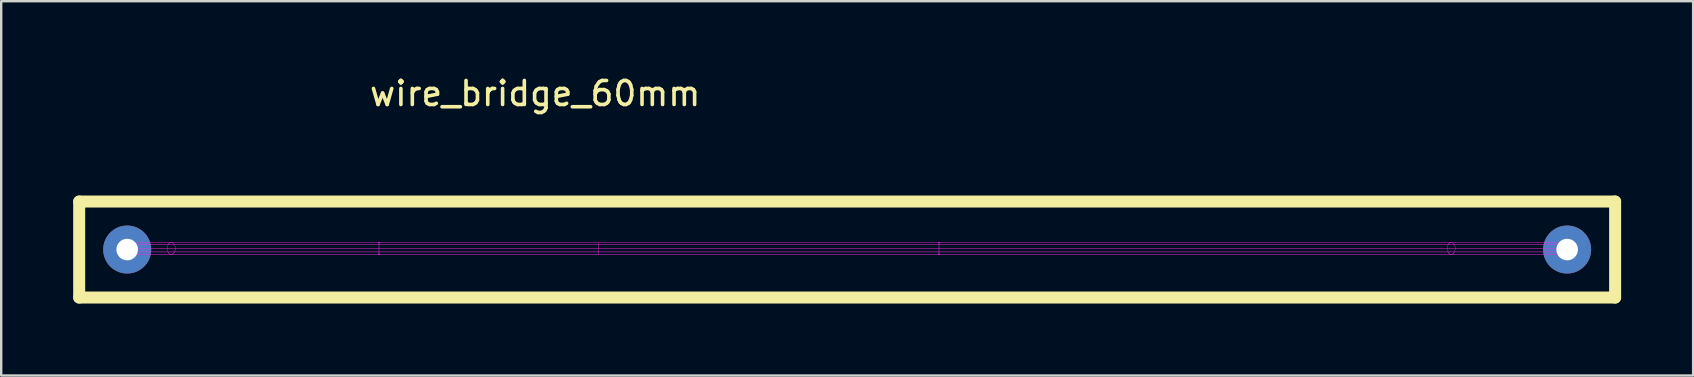
<source format=kicad_pcb>
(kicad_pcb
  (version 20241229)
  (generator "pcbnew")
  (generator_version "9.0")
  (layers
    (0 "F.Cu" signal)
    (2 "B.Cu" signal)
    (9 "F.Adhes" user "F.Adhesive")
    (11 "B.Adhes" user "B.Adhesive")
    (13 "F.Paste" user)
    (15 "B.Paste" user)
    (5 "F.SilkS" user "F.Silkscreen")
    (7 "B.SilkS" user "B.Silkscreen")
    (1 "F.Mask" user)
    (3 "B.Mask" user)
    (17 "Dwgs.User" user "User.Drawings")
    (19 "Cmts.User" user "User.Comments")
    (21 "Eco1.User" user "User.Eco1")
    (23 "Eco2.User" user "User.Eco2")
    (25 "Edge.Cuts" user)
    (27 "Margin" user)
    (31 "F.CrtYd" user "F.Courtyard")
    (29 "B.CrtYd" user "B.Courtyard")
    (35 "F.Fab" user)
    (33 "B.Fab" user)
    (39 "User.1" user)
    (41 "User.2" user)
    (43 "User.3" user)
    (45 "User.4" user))
  (footprint "wire_bridge_60mm"
    (layer "F.Cu")
    (at 2.25 7.348)
    (property "Reference" "wire_bridge_60mm" (at 17 -6.5 0) (layer "F.SilkS") (effects (font (size 1 1) (thickness 0.15))))
    (attr through_hole)
    (fp_line (start -2 -2) (end -2 2) (stroke (width 0.5) (type solid)) (layer "F.SilkS"))
    (fp_line (start -2 2) (end 62 2) (stroke (width 0.5) (type solid)) (layer "F.SilkS"))
    (fp_line (start 62 -2) (end -2 -2) (stroke (width 0.5) (type solid)) (layer "F.SilkS"))
    (fp_line (start 62 2) (end 62 -2) (stroke (width 0.5) (type solid)) (layer "F.SilkS"))
    (fp_line (start -0.248 -0.047) (end 60.252 -0.047) (stroke (width 0.01) (type solid)) (layer "F.CrtYd"))
    (fp_line (start -0.2 0.1) (end 60.205 0.1) (stroke (width 0.01) (type solid)) (layer "F.CrtYd"))
    (fp_line (start -0.2 -0.194) (end 60.204 -0.194) (stroke (width 0.01) (type solid)) (layer "F.CrtYd"))
    (fp_line (start -0.076 0.191) (end 60.081 0.191) (stroke (width 0.01) (type solid)) (layer "F.CrtYd"))
    (fp_line (start -0.074 -0.285) (end 60.078 -0.285) (stroke (width 0.01) (type solid)) (layer "F.CrtYd"))
    (fp_line (start 0.078 0.191) (end 59.926 0.191) (stroke (width 0.01) (type solid)) (layer "F.CrtYd"))
    (fp_line (start 0.081 -0.284) (end 59.924 -0.284) (stroke (width 0.01) (type solid)) (layer "F.CrtYd"))
    (fp_line (start 0.204 0.1) (end 0.204 0.1) (stroke (width 0.01) (type solid)) (layer "F.CrtYd"))
    (fp_line (start 0.204 0.1) (end 59.8 0.1) (stroke (width 0.01) (type solid)) (layer "F.CrtYd"))
    (fp_line (start 0.204 0.1) (end 0.204 0.1) (stroke (width 0.01) (type solid)) (layer "F.CrtYd"))
    (fp_line (start 0.204 0.1) (end 0.204 0.1) (stroke (width 0.01) (type solid)) (layer "F.CrtYd"))
    (fp_line (start 0.205 -0.194) (end 0.205 -0.194) (stroke (width 0.01) (type solid)) (layer "F.CrtYd"))
    (fp_line (start 0.205 -0.194) (end 59.8 -0.194) (stroke (width 0.01) (type solid)) (layer "F.CrtYd"))
    (fp_line (start 0.205 -0.194) (end 0.205 -0.194) (stroke (width 0.01) (type solid)) (layer "F.CrtYd"))
    (fp_line (start 0.205 -0.194) (end 0.205 -0.194) (stroke (width 0.01) (type solid)) (layer "F.CrtYd"))
    (fp_line (start 0.252 -0.047) (end 0.252 -0.047) (stroke (width 0.01) (type solid)) (layer "F.CrtYd"))
    (fp_line (start 0.252 -0.047) (end 59.752 -0.047) (stroke (width 0.01) (type solid)) (layer "F.CrtYd"))
    (fp_line (start 0.252 -0.047) (end 0.252 -0.047) (stroke (width 0.01) (type solid)) (layer "F.CrtYd"))
    (fp_line (start 0.252 -0.047) (end 0.252 -0.047) (stroke (width 0.01) (type solid)) (layer "F.CrtYd"))
    (fp_line (start 1.67 -0.047) (end 1.67 -0.037) (stroke (width 0.01) (type solid)) (layer "F.CrtYd"))
    (fp_line (start 1.67 -0.057) (end 1.67 -0.047) (stroke (width 0.01) (type solid)) (layer "F.CrtYd"))
    (fp_line (start 1.67 -0.037) (end 1.671 -0.027) (stroke (width 0.01) (type solid)) (layer "F.CrtYd"))
    (fp_line (start 1.671 -0.067) (end 1.67 -0.057) (stroke (width 0.01) (type solid)) (layer "F.CrtYd"))
    (fp_line (start 1.671 -0.027) (end 1.671 -0.018) (stroke (width 0.01) (type solid)) (layer "F.CrtYd"))
    (fp_line (start 1.671 -0.076) (end 1.671 -0.067) (stroke (width 0.01) (type solid)) (layer "F.CrtYd"))
    (fp_line (start 1.671 -0.018) (end 1.672 -0.008) (stroke (width 0.01) (type solid)) (layer "F.CrtYd"))
    (fp_line (start 1.672 -0.086) (end 1.671 -0.076) (stroke (width 0.01) (type solid)) (layer "F.CrtYd"))
    (fp_line (start 1.672 -0.008) (end 1.673 0.002) (stroke (width 0.01) (type solid)) (layer "F.CrtYd"))
    (fp_line (start 1.673 -0.096) (end 1.672 -0.086) (stroke (width 0.01) (type solid)) (layer "F.CrtYd"))
    (fp_line (start 1.673 0.002) (end 1.675 0.011) (stroke (width 0.01) (type solid)) (layer "F.CrtYd"))
    (fp_line (start 1.675 -0.105) (end 1.673 -0.096) (stroke (width 0.01) (type solid)) (layer "F.CrtYd"))
    (fp_line (start 1.675 0.011) (end 1.676 0.021) (stroke (width 0.01) (type solid)) (layer "F.CrtYd"))
    (fp_line (start 1.676 -0.115) (end 1.675 -0.105) (stroke (width 0.01) (type solid)) (layer "F.CrtYd"))
    (fp_line (start 1.676 0.021) (end 1.678 0.03) (stroke (width 0.01) (type solid)) (layer "F.CrtYd"))
    (fp_line (start 1.678 -0.124) (end 1.676 -0.115) (stroke (width 0.01) (type solid)) (layer "F.CrtYd"))
    (fp_line (start 1.678 0.03) (end 1.68 0.04) (stroke (width 0.01) (type solid)) (layer "F.CrtYd"))
    (fp_line (start 1.68 -0.134) (end 1.678 -0.124) (stroke (width 0.01) (type solid)) (layer "F.CrtYd"))
    (fp_line (start 1.68 0.04) (end 1.683 0.049) (stroke (width 0.01) (type solid)) (layer "F.CrtYd"))
    (fp_line (start 1.683 -0.143) (end 1.68 -0.134) (stroke (width 0.01) (type solid)) (layer "F.CrtYd"))
    (fp_line (start 1.683 0.049) (end 1.685 0.058) (stroke (width 0.01) (type solid)) (layer "F.CrtYd"))
    (fp_line (start 1.685 -0.152) (end 1.683 -0.143) (stroke (width 0.01) (type solid)) (layer "F.CrtYd"))
    (fp_line (start 1.685 0.058) (end 1.688 0.067) (stroke (width 0.01) (type solid)) (layer "F.CrtYd"))
    (fp_line (start 1.688 -0.161) (end 1.685 -0.152) (stroke (width 0.01) (type solid)) (layer "F.CrtYd"))
    (fp_line (start 1.688 0.067) (end 1.691 0.075) (stroke (width 0.01) (type solid)) (layer "F.CrtYd"))
    (fp_line (start 1.691 0.075) (end 1.694 0.084) (stroke (width 0.01) (type solid)) (layer "F.CrtYd"))
    (fp_line (start 1.691 -0.169) (end 1.688 -0.161) (stroke (width 0.01) (type solid)) (layer "F.CrtYd"))
    (fp_line (start 1.694 0.084) (end 1.698 0.092) (stroke (width 0.01) (type solid)) (layer "F.CrtYd"))
    (fp_line (start 1.694 -0.178) (end 1.691 -0.169) (stroke (width 0.01) (type solid)) (layer "F.CrtYd"))
    (fp_line (start 1.698 0.092) (end 1.702 0.1) (stroke (width 0.01) (type solid)) (layer "F.CrtYd"))
    (fp_line (start 1.698 -0.186) (end 1.694 -0.178) (stroke (width 0.01) (type solid)) (layer "F.CrtYd"))
    (fp_line (start 1.702 0.1) (end 1.706 0.108) (stroke (width 0.01) (type solid)) (layer "F.CrtYd"))
    (fp_line (start 1.702 -0.194) (end 1.698 -0.186) (stroke (width 0.01) (type solid)) (layer "F.CrtYd"))
    (fp_line (start 1.706 0.108) (end 1.71 0.115) (stroke (width 0.01) (type solid)) (layer "F.CrtYd"))
    (fp_line (start 1.706 -0.202) (end 1.702 -0.194) (stroke (width 0.01) (type solid)) (layer "F.CrtYd"))
    (fp_line (start 1.71 0.115) (end 1.714 0.123) (stroke (width 0.01) (type solid)) (layer "F.CrtYd"))
    (fp_line (start 1.71 -0.21) (end 1.706 -0.202) (stroke (width 0.01) (type solid)) (layer "F.CrtYd"))
    (fp_line (start 1.712 -0.213) (end 1.71 -0.21) (stroke (width 0.01) (type solid)) (layer "F.CrtYd"))
    (fp_line (start 1.714 0.123) (end 1.716 0.126) (stroke (width 0.01) (type solid)) (layer "F.CrtYd"))
    (fp_line (start 1.714 -0.217) (end 1.712 -0.213) (stroke (width 0.01) (type solid)) (layer "F.CrtYd"))
    (fp_line (start 1.716 0.126) (end 1.718 0.13) (stroke (width 0.01) (type solid)) (layer "F.CrtYd"))
    (fp_line (start 1.716 -0.22) (end 1.714 -0.217) (stroke (width 0.01) (type solid)) (layer "F.CrtYd"))
    (fp_line (start 1.718 0.13) (end 1.721 0.133) (stroke (width 0.01) (type solid)) (layer "F.CrtYd"))
    (fp_line (start 1.719 -0.224) (end 1.716 -0.22) (stroke (width 0.01) (type solid)) (layer "F.CrtYd"))
    (fp_line (start 1.721 0.133) (end 1.723 0.136) (stroke (width 0.01) (type solid)) (layer "F.CrtYd"))
    (fp_line (start 1.721 -0.227) (end 1.719 -0.224) (stroke (width 0.01) (type solid)) (layer "F.CrtYd"))
    (fp_line (start 1.723 0.136) (end 1.725 0.14) (stroke (width 0.01) (type solid)) (layer "F.CrtYd"))
    (fp_line (start 1.724 -0.231) (end 1.721 -0.227) (stroke (width 0.01) (type solid)) (layer "F.CrtYd"))
    (fp_line (start 1.725 0.14) (end 1.728 0.143) (stroke (width 0.01) (type solid)) (layer "F.CrtYd"))
    (fp_line (start 1.726 -0.234) (end 1.724 -0.231) (stroke (width 0.01) (type solid)) (layer "F.CrtYd"))
    (fp_line (start 1.728 0.143) (end 1.73 0.146) (stroke (width 0.01) (type solid)) (layer "F.CrtYd"))
    (fp_line (start 1.728 -0.237) (end 1.726 -0.234) (stroke (width 0.01) (type solid)) (layer "F.CrtYd"))
    (fp_line (start 1.73 0.146) (end 1.733 0.149) (stroke (width 0.01) (type solid)) (layer "F.CrtYd"))
    (fp_line (start 1.731 -0.24) (end 1.728 -0.237) (stroke (width 0.01) (type solid)) (layer "F.CrtYd"))
    (fp_line (start 1.733 0.149) (end 1.735 0.152) (stroke (width 0.01) (type solid)) (layer "F.CrtYd"))
    (fp_line (start 1.733 -0.244) (end 1.731 -0.24) (stroke (width 0.01) (type solid)) (layer "F.CrtYd"))
    (fp_line (start 1.735 0.152) (end 1.738 0.155) (stroke (width 0.01) (type solid)) (layer "F.CrtYd"))
    (fp_line (start 1.736 -0.247) (end 1.733 -0.244) (stroke (width 0.01) (type solid)) (layer "F.CrtYd"))
    (fp_line (start 1.738 0.155) (end 1.741 0.158) (stroke (width 0.01) (type solid)) (layer "F.CrtYd"))
    (fp_line (start 1.739 -0.249) (end 1.736 -0.247) (stroke (width 0.01) (type solid)) (layer "F.CrtYd"))
    (fp_line (start 1.741 0.158) (end 1.743 0.161) (stroke (width 0.01) (type solid)) (layer "F.CrtYd"))
    (fp_line (start 1.741 -0.252) (end 1.739 -0.249) (stroke (width 0.01) (type solid)) (layer "F.CrtYd"))
    (fp_line (start 1.743 0.161) (end 1.746 0.163) (stroke (width 0.01) (type solid)) (layer "F.CrtYd"))
    (fp_line (start 1.744 -0.255) (end 1.741 -0.252) (stroke (width 0.01) (type solid)) (layer "F.CrtYd"))
    (fp_line (start 1.746 0.163) (end 1.749 0.166) (stroke (width 0.01) (type solid)) (layer "F.CrtYd"))
    (fp_line (start 1.747 -0.258) (end 1.744 -0.255) (stroke (width 0.01) (type solid)) (layer "F.CrtYd"))
    (fp_line (start 1.749 0.166) (end 1.751 0.168) (stroke (width 0.01) (type solid)) (layer "F.CrtYd"))
    (fp_line (start 1.75 -0.26) (end 1.747 -0.258) (stroke (width 0.01) (type solid)) (layer "F.CrtYd"))
    (fp_line (start 1.751 0.168) (end 1.754 0.171) (stroke (width 0.01) (type solid)) (layer "F.CrtYd"))
    (fp_line (start 1.752 -0.263) (end 1.75 -0.26) (stroke (width 0.01) (type solid)) (layer "F.CrtYd"))
    (fp_line (start 1.754 0.171) (end 1.757 0.173) (stroke (width 0.01) (type solid)) (layer "F.CrtYd"))
    (fp_line (start 1.755 -0.265) (end 1.752 -0.263) (stroke (width 0.01) (type solid)) (layer "F.CrtYd"))
    (fp_line (start 1.757 0.173) (end 1.76 0.175) (stroke (width 0.01) (type solid)) (layer "F.CrtYd"))
    (fp_line (start 1.758 -0.268) (end 1.755 -0.265) (stroke (width 0.01) (type solid)) (layer "F.CrtYd"))
    (fp_line (start 1.76 0.175) (end 1.763 0.178) (stroke (width 0.01) (type solid)) (layer "F.CrtYd"))
    (fp_line (start 1.761 -0.27) (end 1.758 -0.268) (stroke (width 0.01) (type solid)) (layer "F.CrtYd"))
    (fp_line (start 1.763 0.178) (end 1.766 0.18) (stroke (width 0.01) (type solid)) (layer "F.CrtYd"))
    (fp_line (start 1.764 -0.272) (end 1.761 -0.27) (stroke (width 0.01) (type solid)) (layer "F.CrtYd"))
    (fp_line (start 1.766 0.18) (end 1.769 0.182) (stroke (width 0.01) (type solid)) (layer "F.CrtYd"))
    (fp_line (start 1.767 -0.274) (end 1.764 -0.272) (stroke (width 0.01) (type solid)) (layer "F.CrtYd"))
    (fp_line (start 1.769 0.182) (end 1.772 0.184) (stroke (width 0.01) (type solid)) (layer "F.CrtYd"))
    (fp_line (start 1.77 -0.276) (end 1.767 -0.274) (stroke (width 0.01) (type solid)) (layer "F.CrtYd"))
    (fp_line (start 1.772 0.184) (end 1.775 0.186) (stroke (width 0.01) (type solid)) (layer "F.CrtYd"))
    (fp_line (start 1.773 -0.278) (end 1.77 -0.276) (stroke (width 0.01) (type solid)) (layer "F.CrtYd"))
    (fp_line (start 1.775 0.186) (end 1.778 0.187) (stroke (width 0.01) (type solid)) (layer "F.CrtYd"))
    (fp_line (start 1.776 -0.28) (end 1.773 -0.278) (stroke (width 0.01) (type solid)) (layer "F.CrtYd"))
    (fp_line (start 1.778 0.187) (end 1.781 0.189) (stroke (width 0.01) (type solid)) (layer "F.CrtYd"))
    (fp_line (start 1.779 -0.282) (end 1.776 -0.28) (stroke (width 0.01) (type solid)) (layer "F.CrtYd"))
    (fp_line (start 1.781 0.189) (end 1.784 0.191) (stroke (width 0.01) (type solid)) (layer "F.CrtYd"))
    (fp_line (start 1.782 -0.283) (end 1.779 -0.282) (stroke (width 0.01) (type solid)) (layer "F.CrtYd"))
    (fp_line (start 1.784 0.191) (end 1.787 0.192) (stroke (width 0.01) (type solid)) (layer "F.CrtYd"))
    (fp_line (start 1.785 -0.285) (end 1.782 -0.283) (stroke (width 0.01) (type solid)) (layer "F.CrtYd"))
    (fp_line (start 1.787 0.192) (end 1.79 0.193) (stroke (width 0.01) (type solid)) (layer "F.CrtYd"))
    (fp_line (start 1.788 -0.286) (end 1.785 -0.285) (stroke (width 0.01) (type solid)) (layer "F.CrtYd"))
    (fp_line (start 1.79 0.193) (end 1.793 0.195) (stroke (width 0.01) (type solid)) (layer "F.CrtYd"))
    (fp_line (start 1.791 -0.288) (end 1.788 -0.286) (stroke (width 0.01) (type solid)) (layer "F.CrtYd"))
    (fp_line (start 1.793 0.195) (end 1.796 0.196) (stroke (width 0.01) (type solid)) (layer "F.CrtYd"))
    (fp_line (start 1.795 -0.289) (end 1.791 -0.288) (stroke (width 0.01) (type solid)) (layer "F.CrtYd"))
    (fp_line (start 1.796 0.196) (end 1.799 0.197) (stroke (width 0.01) (type solid)) (layer "F.CrtYd"))
    (fp_line (start 1.798 -0.29) (end 1.795 -0.289) (stroke (width 0.01) (type solid)) (layer "F.CrtYd"))
    (fp_line (start 1.799 0.197) (end 1.803 0.198) (stroke (width 0.01) (type solid)) (layer "F.CrtYd"))
    (fp_line (start 1.801 -0.291) (end 1.798 -0.29) (stroke (width 0.01) (type solid)) (layer "F.CrtYd"))
    (fp_line (start 1.803 0.198) (end 1.806 0.199) (stroke (width 0.01) (type solid)) (layer "F.CrtYd"))
    (fp_line (start 1.804 -0.292) (end 1.801 -0.291) (stroke (width 0.01) (type solid)) (layer "F.CrtYd"))
    (fp_line (start 1.806 0.199) (end 1.809 0.2) (stroke (width 0.01) (type solid)) (layer "F.CrtYd"))
    (fp_line (start 1.807 -0.293) (end 1.804 -0.292) (stroke (width 0.01) (type solid)) (layer "F.CrtYd"))
    (fp_line (start 1.809 0.2) (end 1.812 0.2) (stroke (width 0.01) (type solid)) (layer "F.CrtYd"))
    (fp_line (start 1.81 -0.294) (end 1.807 -0.293) (stroke (width 0.01) (type solid)) (layer "F.CrtYd"))
    (fp_line (start 1.812 0.2) (end 1.815 0.201) (stroke (width 0.01) (type solid)) (layer "F.CrtYd"))
    (fp_line (start 1.814 -0.295) (end 1.81 -0.294) (stroke (width 0.01) (type solid)) (layer "F.CrtYd"))
    (fp_line (start 1.815 0.201) (end 1.819 0.202) (stroke (width 0.01) (type solid)) (layer "F.CrtYd"))
    (fp_line (start 1.817 -0.295) (end 1.814 -0.295) (stroke (width 0.01) (type solid)) (layer "F.CrtYd"))
    (fp_line (start 1.819 0.202) (end 1.822 0.202) (stroke (width 0.01) (type solid)) (layer "F.CrtYd"))
    (fp_line (start 1.82 -0.296) (end 1.817 -0.295) (stroke (width 0.01) (type solid)) (layer "F.CrtYd"))
    (fp_line (start 1.822 0.202) (end 1.825 0.202) (stroke (width 0.01) (type solid)) (layer "F.CrtYd"))
    (fp_line (start 1.823 -0.296) (end 1.82 -0.296) (stroke (width 0.01) (type solid)) (layer "F.CrtYd"))
    (fp_line (start 1.825 0.202) (end 1.828 0.203) (stroke (width 0.01) (type solid)) (layer "F.CrtYd"))
    (fp_line (start 1.827 -0.296) (end 1.823 -0.296) (stroke (width 0.01) (type solid)) (layer "F.CrtYd"))
    (fp_line (start 1.828 0.203) (end 1.832 0.203) (stroke (width 0.01) (type solid)) (layer "F.CrtYd"))
    (fp_line (start 1.83 -0.297) (end 1.827 -0.296) (stroke (width 0.01) (type solid)) (layer "F.CrtYd"))
    (fp_line (start 1.832 0.203) (end 1.835 0.203) (stroke (width 0.01) (type solid)) (layer "F.CrtYd"))
    (fp_line (start 1.833 -0.297) (end 1.83 -0.297) (stroke (width 0.01) (type solid)) (layer "F.CrtYd"))
    (fp_line (start 1.835 0.203) (end 1.838 0.203) (stroke (width 0.01) (type solid)) (layer "F.CrtYd"))
    (fp_line (start 1.836 -0.297) (end 1.833 -0.297) (stroke (width 0.01) (type solid)) (layer "F.CrtYd"))
    (fp_line (start 1.838 0.203) (end 1.841 0.203) (stroke (width 0.01) (type solid)) (layer "F.CrtYd"))
    (fp_line (start 1.84 -0.297) (end 1.836 -0.297) (stroke (width 0.01) (type solid)) (layer "F.CrtYd"))
    (fp_line (start 1.841 0.203) (end 1.845 0.203) (stroke (width 0.01) (type solid)) (layer "F.CrtYd"))
    (fp_line (start 1.843 -0.297) (end 1.84 -0.297) (stroke (width 0.01) (type solid)) (layer "F.CrtYd"))
    (fp_line (start 1.845 0.203) (end 1.848 0.202) (stroke (width 0.01) (type solid)) (layer "F.CrtYd"))
    (fp_line (start 1.846 -0.296) (end 1.843 -0.297) (stroke (width 0.01) (type solid)) (layer "F.CrtYd"))
    (fp_line (start 1.848 0.202) (end 1.851 0.202) (stroke (width 0.01) (type solid)) (layer "F.CrtYd"))
    (fp_line (start 1.849 -0.296) (end 1.846 -0.296) (stroke (width 0.01) (type solid)) (layer "F.CrtYd"))
    (fp_line (start 1.851 0.202) (end 1.854 0.201) (stroke (width 0.01) (type solid)) (layer "F.CrtYd"))
    (fp_line (start 1.853 -0.295) (end 1.849 -0.296) (stroke (width 0.01) (type solid)) (layer "F.CrtYd"))
    (fp_line (start 1.854 0.201) (end 1.858 0.201) (stroke (width 0.01) (type solid)) (layer "F.CrtYd"))
    (fp_line (start 1.856 -0.295) (end 1.853 -0.295) (stroke (width 0.01) (type solid)) (layer "F.CrtYd"))
    (fp_line (start 1.858 0.201) (end 1.861 0.2) (stroke (width 0.01) (type solid)) (layer "F.CrtYd"))
    (fp_line (start 1.859 -0.294) (end 1.856 -0.295) (stroke (width 0.01) (type solid)) (layer "F.CrtYd"))
    (fp_line (start 1.861 0.2) (end 1.864 0.199) (stroke (width 0.01) (type solid)) (layer "F.CrtYd"))
    (fp_line (start 1.862 -0.294) (end 1.859 -0.294) (stroke (width 0.01) (type solid)) (layer "F.CrtYd"))
    (fp_line (start 1.864 0.199) (end 1.867 0.198) (stroke (width 0.01) (type solid)) (layer "F.CrtYd"))
    (fp_line (start 1.866 -0.293) (end 1.862 -0.294) (stroke (width 0.01) (type solid)) (layer "F.CrtYd"))
    (fp_line (start 1.867 0.198) (end 1.87 0.198) (stroke (width 0.01) (type solid)) (layer "F.CrtYd"))
    (fp_line (start 1.869 -0.292) (end 1.866 -0.293) (stroke (width 0.01) (type solid)) (layer "F.CrtYd"))
    (fp_line (start 1.87 0.198) (end 1.874 0.196) (stroke (width 0.01) (type solid)) (layer "F.CrtYd"))
    (fp_line (start 1.872 -0.291) (end 1.869 -0.292) (stroke (width 0.01) (type solid)) (layer "F.CrtYd"))
    (fp_line (start 1.874 0.196) (end 1.877 0.195) (stroke (width 0.01) (type solid)) (layer "F.CrtYd"))
    (fp_line (start 1.875 -0.29) (end 1.872 -0.291) (stroke (width 0.01) (type solid)) (layer "F.CrtYd"))
    (fp_line (start 1.877 0.195) (end 1.88 0.194) (stroke (width 0.01) (type solid)) (layer "F.CrtYd"))
    (fp_line (start 1.878 -0.288) (end 1.875 -0.29) (stroke (width 0.01) (type solid)) (layer "F.CrtYd"))
    (fp_line (start 1.88 0.194) (end 1.883 0.193) (stroke (width 0.01) (type solid)) (layer "F.CrtYd"))
    (fp_line (start 1.881 -0.287) (end 1.878 -0.288) (stroke (width 0.01) (type solid)) (layer "F.CrtYd"))
    (fp_line (start 1.883 0.193) (end 1.886 0.191) (stroke (width 0.01) (type solid)) (layer "F.CrtYd"))
    (fp_line (start 1.884 -0.286) (end 1.881 -0.287) (stroke (width 0.01) (type solid)) (layer "F.CrtYd"))
    (fp_line (start 1.886 0.191) (end 1.889 0.19) (stroke (width 0.01) (type solid)) (layer "F.CrtYd"))
    (fp_line (start 1.888 -0.284) (end 1.884 -0.286) (stroke (width 0.01) (type solid)) (layer "F.CrtYd"))
    (fp_line (start 1.889 0.19) (end 1.892 0.188) (stroke (width 0.01) (type solid)) (layer "F.CrtYd"))
    (fp_line (start 1.891 -0.283) (end 1.888 -0.284) (stroke (width 0.01) (type solid)) (layer "F.CrtYd"))
    (fp_line (start 1.892 0.188) (end 1.895 0.186) (stroke (width 0.01) (type solid)) (layer "F.CrtYd"))
    (fp_line (start 1.894 -0.281) (end 1.891 -0.283) (stroke (width 0.01) (type solid)) (layer "F.CrtYd"))
    (fp_line (start 1.895 0.186) (end 1.898 0.184) (stroke (width 0.01) (type solid)) (layer "F.CrtYd"))
    (fp_line (start 1.897 -0.279) (end 1.894 -0.281) (stroke (width 0.01) (type solid)) (layer "F.CrtYd"))
    (fp_line (start 1.898 0.184) (end 1.901 0.183) (stroke (width 0.01) (type solid)) (layer "F.CrtYd"))
    (fp_line (start 1.9 -0.277) (end 1.897 -0.279) (stroke (width 0.01) (type solid)) (layer "F.CrtYd"))
    (fp_line (start 1.901 0.183) (end 1.904 0.181) (stroke (width 0.01) (type solid)) (layer "F.CrtYd"))
    (fp_line (start 1.903 -0.276) (end 1.9 -0.277) (stroke (width 0.01) (type solid)) (layer "F.CrtYd"))
    (fp_line (start 1.904 0.181) (end 1.907 0.178) (stroke (width 0.01) (type solid)) (layer "F.CrtYd"))
    (fp_line (start 1.906 -0.274) (end 1.903 -0.276) (stroke (width 0.01) (type solid)) (layer "F.CrtYd"))
    (fp_line (start 1.907 0.178) (end 1.91 0.176) (stroke (width 0.01) (type solid)) (layer "F.CrtYd"))
    (fp_line (start 1.908 -0.271) (end 1.906 -0.274) (stroke (width 0.01) (type solid)) (layer "F.CrtYd"))
    (fp_line (start 1.91 0.176) (end 1.913 0.174) (stroke (width 0.01) (type solid)) (layer "F.CrtYd"))
    (fp_line (start 1.911 -0.269) (end 1.908 -0.271) (stroke (width 0.01) (type solid)) (layer "F.CrtYd"))
    (fp_line (start 1.913 0.174) (end 1.916 0.172) (stroke (width 0.01) (type solid)) (layer "F.CrtYd"))
    (fp_line (start 1.914 -0.267) (end 1.911 -0.269) (stroke (width 0.01) (type solid)) (layer "F.CrtYd"))
    (fp_line (start 1.916 0.172) (end 1.919 0.169) (stroke (width 0.01) (type solid)) (layer "F.CrtYd"))
    (fp_line (start 1.917 -0.265) (end 1.914 -0.267) (stroke (width 0.01) (type solid)) (layer "F.CrtYd"))
    (fp_line (start 1.919 0.169) (end 1.922 0.167) (stroke (width 0.01) (type solid)) (layer "F.CrtYd"))
    (fp_line (start 1.92 -0.262) (end 1.917 -0.265) (stroke (width 0.01) (type solid)) (layer "F.CrtYd"))
    (fp_line (start 1.922 0.167) (end 1.924 0.164) (stroke (width 0.01) (type solid)) (layer "F.CrtYd"))
    (fp_line (start 1.923 -0.26) (end 1.92 -0.262) (stroke (width 0.01) (type solid)) (layer "F.CrtYd"))
    (fp_line (start 1.924 0.164) (end 1.927 0.161) (stroke (width 0.01) (type solid)) (layer "F.CrtYd"))
    (fp_line (start 1.925 -0.257) (end 1.923 -0.26) (stroke (width 0.01) (type solid)) (layer "F.CrtYd"))
    (fp_line (start 1.927 0.161) (end 1.93 0.159) (stroke (width 0.01) (type solid)) (layer "F.CrtYd"))
    (fp_line (start 1.928 -0.254) (end 1.925 -0.257) (stroke (width 0.01) (type solid)) (layer "F.CrtYd"))
    (fp_line (start 1.93 0.159) (end 1.933 0.156) (stroke (width 0.01) (type solid)) (layer "F.CrtYd"))
    (fp_line (start 1.931 -0.252) (end 1.928 -0.254) (stroke (width 0.01) (type solid)) (layer "F.CrtYd"))
    (fp_line (start 1.933 0.156) (end 1.935 0.153) (stroke (width 0.01) (type solid)) (layer "F.CrtYd"))
    (fp_line (start 1.933 -0.249) (end 1.931 -0.252) (stroke (width 0.01) (type solid)) (layer "F.CrtYd"))
    (fp_line (start 1.935 0.153) (end 1.938 0.15) (stroke (width 0.01) (type solid)) (layer "F.CrtYd"))
    (fp_line (start 1.936 -0.246) (end 1.933 -0.249) (stroke (width 0.01) (type solid)) (layer "F.CrtYd"))
    (fp_line (start 1.938 0.15) (end 1.94 0.147) (stroke (width 0.01) (type solid)) (layer "F.CrtYd"))
    (fp_line (start 1.938 -0.243) (end 1.936 -0.246) (stroke (width 0.01) (type solid)) (layer "F.CrtYd"))
    (fp_line (start 1.94 0.147) (end 1.943 0.143) (stroke (width 0.01) (type solid)) (layer "F.CrtYd"))
    (fp_line (start 1.941 -0.24) (end 1.938 -0.243) (stroke (width 0.01) (type solid)) (layer "F.CrtYd"))
    (fp_line (start 1.943 0.143) (end 1.945 0.14) (stroke (width 0.01) (type solid)) (layer "F.CrtYd"))
    (fp_line (start 1.943 -0.237) (end 1.941 -0.24) (stroke (width 0.01) (type solid)) (layer "F.CrtYd"))
    (fp_line (start 1.945 0.14) (end 1.948 0.137) (stroke (width 0.01) (type solid)) (layer "F.CrtYd"))
    (fp_line (start 1.946 -0.234) (end 1.943 -0.237) (stroke (width 0.01) (type solid)) (layer "F.CrtYd"))
    (fp_line (start 1.948 0.137) (end 1.95 0.134) (stroke (width 0.01) (type solid)) (layer "F.CrtYd"))
    (fp_line (start 1.948 -0.23) (end 1.946 -0.234) (stroke (width 0.01) (type solid)) (layer "F.CrtYd"))
    (fp_line (start 1.95 0.134) (end 1.952 0.13) (stroke (width 0.01) (type solid)) (layer "F.CrtYd"))
    (fp_line (start 1.951 -0.227) (end 1.948 -0.23) (stroke (width 0.01) (type solid)) (layer "F.CrtYd"))
    (fp_line (start 1.952 0.13) (end 1.955 0.127) (stroke (width 0.01) (type solid)) (layer "F.CrtYd"))
    (fp_line (start 1.953 -0.223) (end 1.951 -0.227) (stroke (width 0.01) (type solid)) (layer "F.CrtYd"))
    (fp_line (start 1.955 0.127) (end 1.957 0.123) (stroke (width 0.01) (type solid)) (layer "F.CrtYd"))
    (fp_line (start 1.955 -0.22) (end 1.953 -0.223) (stroke (width 0.01) (type solid)) (layer "F.CrtYd"))
    (fp_line (start 1.957 0.123) (end 1.959 0.119) (stroke (width 0.01) (type solid)) (layer "F.CrtYd"))
    (fp_line (start 1.957 -0.216) (end 1.955 -0.22) (stroke (width 0.01) (type solid)) (layer "F.CrtYd"))
    (fp_line (start 1.959 0.119) (end 1.961 0.116) (stroke (width 0.01) (type solid)) (layer "F.CrtYd"))
    (fp_line (start 1.961 0.116) (end 1.966 0.108) (stroke (width 0.01) (type solid)) (layer "F.CrtYd"))
    (fp_line (start 1.962 -0.209) (end 1.957 -0.216) (stroke (width 0.01) (type solid)) (layer "F.CrtYd"))
    (fp_line (start 1.966 0.108) (end 1.969 0.1) (stroke (width 0.01) (type solid)) (layer "F.CrtYd"))
    (fp_line (start 1.966 -0.202) (end 1.962 -0.209) (stroke (width 0.01) (type solid)) (layer "F.CrtYd"))
    (fp_line (start 1.969 0.1) (end 1.973 0.092) (stroke (width 0.01) (type solid)) (layer "F.CrtYd"))
    (fp_line (start 1.97 -0.194) (end 1.966 -0.202) (stroke (width 0.01) (type solid)) (layer "F.CrtYd"))
    (fp_line (start 1.973 0.092) (end 1.977 0.084) (stroke (width 0.01) (type solid)) (layer "F.CrtYd"))
    (fp_line (start 1.973 -0.186) (end 1.97 -0.194) (stroke (width 0.01) (type solid)) (layer "F.CrtYd"))
    (fp_line (start 1.977 0.084) (end 1.98 0.075) (stroke (width 0.01) (type solid)) (layer "F.CrtYd"))
    (fp_line (start 1.977 -0.178) (end 1.973 -0.186) (stroke (width 0.01) (type solid)) (layer "F.CrtYd"))
    (fp_line (start 1.98 0.075) (end 1.983 0.067) (stroke (width 0.01) (type solid)) (layer "F.CrtYd"))
    (fp_line (start 1.98 -0.169) (end 1.977 -0.178) (stroke (width 0.01) (type solid)) (layer "F.CrtYd"))
    (fp_line (start 1.983 -0.16) (end 1.98 -0.169) (stroke (width 0.01) (type solid)) (layer "F.CrtYd"))
    (fp_line (start 1.983 0.067) (end 1.986 0.058) (stroke (width 0.01) (type solid)) (layer "F.CrtYd"))
    (fp_line (start 1.986 -0.152) (end 1.983 -0.16) (stroke (width 0.01) (type solid)) (layer "F.CrtYd"))
    (fp_line (start 1.986 0.058) (end 1.989 0.049) (stroke (width 0.01) (type solid)) (layer "F.CrtYd"))
    (fp_line (start 1.989 -0.143) (end 1.986 -0.152) (stroke (width 0.01) (type solid)) (layer "F.CrtYd"))
    (fp_line (start 1.989 0.049) (end 1.991 0.04) (stroke (width 0.01) (type solid)) (layer "F.CrtYd"))
    (fp_line (start 1.991 -0.133) (end 1.989 -0.143) (stroke (width 0.01) (type solid)) (layer "F.CrtYd"))
    (fp_line (start 1.991 0.04) (end 1.993 0.03) (stroke (width 0.01) (type solid)) (layer "F.CrtYd"))
    (fp_line (start 1.993 -0.124) (end 1.991 -0.133) (stroke (width 0.01) (type solid)) (layer "F.CrtYd"))
    (fp_line (start 1.993 0.03) (end 1.995 0.021) (stroke (width 0.01) (type solid)) (layer "F.CrtYd"))
    (fp_line (start 1.995 -0.115) (end 1.993 -0.124) (stroke (width 0.01) (type solid)) (layer "F.CrtYd"))
    (fp_line (start 1.995 0.021) (end 1.997 0.011) (stroke (width 0.01) (type solid)) (layer "F.CrtYd"))
    (fp_line (start 1.997 -0.105) (end 1.995 -0.115) (stroke (width 0.01) (type solid)) (layer "F.CrtYd"))
    (fp_line (start 1.997 0.011) (end 1.998 0.002) (stroke (width 0.01) (type solid)) (layer "F.CrtYd"))
    (fp_line (start 1.998 -0.096) (end 1.997 -0.105) (stroke (width 0.01) (type solid)) (layer "F.CrtYd"))
    (fp_line (start 1.998 0.002) (end 1.999 -0.008) (stroke (width 0.01) (type solid)) (layer "F.CrtYd"))
    (fp_line (start 1.999 -0.086) (end 1.998 -0.096) (stroke (width 0.01) (type solid)) (layer "F.CrtYd"))
    (fp_line (start 1.999 -0.008) (end 2 -0.018) (stroke (width 0.01) (type solid)) (layer "F.CrtYd"))
    (fp_line (start 2 -0.076) (end 1.999 -0.086) (stroke (width 0.01) (type solid)) (layer "F.CrtYd"))
    (fp_line (start 2 -0.018) (end 2.001 -0.027) (stroke (width 0.01) (type solid)) (layer "F.CrtYd"))
    (fp_line (start 2.001 -0.067) (end 2 -0.076) (stroke (width 0.01) (type solid)) (layer "F.CrtYd"))
    (fp_line (start 2.001 -0.027) (end 2.001 -0.037) (stroke (width 0.01) (type solid)) (layer "F.CrtYd"))
    (fp_line (start 2.001 -0.057) (end 2.001 -0.067) (stroke (width 0.01) (type solid)) (layer "F.CrtYd"))
    (fp_line (start 2.001 -0.037) (end 2.001 -0.047) (stroke (width 0.01) (type solid)) (layer "F.CrtYd"))
    (fp_line (start 2.001 -0.047) (end 2.001 -0.057) (stroke (width 0.01) (type solid)) (layer "F.CrtYd"))
    (fp_line (start 10.465 -0.047) (end 10.466 -0.008) (stroke (width 0.01) (type solid)) (layer "F.CrtYd"))
    (fp_line (start 10.466 -0.086) (end 10.465 -0.047) (stroke (width 0.01) (type solid)) (layer "F.CrtYd"))
    (fp_line (start 10.466 -0.008) (end 10.467 0.03) (stroke (width 0.01) (type solid)) (layer "F.CrtYd"))
    (fp_line (start 10.467 -0.124) (end 10.466 -0.086) (stroke (width 0.01) (type solid)) (layer "F.CrtYd"))
    (fp_line (start 10.467 0.03) (end 10.469 0.067) (stroke (width 0.01) (type solid)) (layer "F.CrtYd"))
    (fp_line (start 10.469 -0.161) (end 10.467 -0.124) (stroke (width 0.01) (type solid)) (layer "F.CrtYd"))
    (fp_line (start 10.469 0.067) (end 10.471 0.1) (stroke (width 0.01) (type solid)) (layer "F.CrtYd"))
    (fp_line (start 10.471 0.1) (end 10.474 0.13) (stroke (width 0.01) (type solid)) (layer "F.CrtYd"))
    (fp_line (start 10.471 -0.194) (end 10.469 -0.161) (stroke (width 0.01) (type solid)) (layer "F.CrtYd"))
    (fp_line (start 10.474 0.13) (end 10.476 0.143) (stroke (width 0.01) (type solid)) (layer "F.CrtYd"))
    (fp_line (start 10.474 -0.224) (end 10.471 -0.194) (stroke (width 0.01) (type solid)) (layer "F.CrtYd"))
    (fp_line (start 10.476 0.143) (end 10.477 0.155) (stroke (width 0.01) (type solid)) (layer "F.CrtYd"))
    (fp_line (start 10.476 -0.237) (end 10.474 -0.224) (stroke (width 0.01) (type solid)) (layer "F.CrtYd"))
    (fp_line (start 10.477 0.155) (end 10.479 0.166) (stroke (width 0.01) (type solid)) (layer "F.CrtYd"))
    (fp_line (start 10.478 -0.249) (end 10.476 -0.237) (stroke (width 0.01) (type solid)) (layer "F.CrtYd"))
    (fp_line (start 10.479 0.166) (end 10.48 0.171) (stroke (width 0.01) (type solid)) (layer "F.CrtYd"))
    (fp_line (start 10.48 -0.26) (end 10.478 -0.249) (stroke (width 0.01) (type solid)) (layer "F.CrtYd"))
    (fp_line (start 10.48 0.171) (end 10.481 0.175) (stroke (width 0.01) (type solid)) (layer "F.CrtYd"))
    (fp_line (start 10.481 -0.265) (end 10.48 -0.26) (stroke (width 0.01) (type solid)) (layer "F.CrtYd"))
    (fp_line (start 10.481 0.175) (end 10.482 0.18) (stroke (width 0.01) (type solid)) (layer "F.CrtYd"))
    (fp_line (start 10.482 -0.27) (end 10.481 -0.265) (stroke (width 0.01) (type solid)) (layer "F.CrtYd"))
    (fp_line (start 10.482 0.18) (end 10.483 0.184) (stroke (width 0.01) (type solid)) (layer "F.CrtYd"))
    (fp_line (start 10.483 -0.274) (end 10.482 -0.27) (stroke (width 0.01) (type solid)) (layer "F.CrtYd"))
    (fp_line (start 10.483 0.184) (end 10.484 0.187) (stroke (width 0.01) (type solid)) (layer "F.CrtYd"))
    (fp_line (start 10.484 -0.278) (end 10.483 -0.274) (stroke (width 0.01) (type solid)) (layer "F.CrtYd"))
    (fp_line (start 10.484 0.187) (end 10.485 0.189) (stroke (width 0.01) (type solid)) (layer "F.CrtYd"))
    (fp_line (start 10.485 -0.282) (end 10.484 -0.278) (stroke (width 0.01) (type solid)) (layer "F.CrtYd"))
    (fp_line (start 10.485 0.189) (end 10.486 0.191) (stroke (width 0.01) (type solid)) (layer "F.CrtYd"))
    (fp_line (start 10.485 -0.283) (end 10.485 -0.282) (stroke (width 0.01) (type solid)) (layer "F.CrtYd"))
    (fp_line (start 10.486 0.191) (end 10.486 0.192) (stroke (width 0.01) (type solid)) (layer "F.CrtYd"))
    (fp_line (start 10.486 -0.285) (end 10.485 -0.283) (stroke (width 0.01) (type solid)) (layer "F.CrtYd"))
    (fp_line (start 10.486 0.192) (end 10.487 0.193) (stroke (width 0.01) (type solid)) (layer "F.CrtYd"))
    (fp_line (start 10.486 -0.286) (end 10.486 -0.285) (stroke (width 0.01) (type solid)) (layer "F.CrtYd"))
    (fp_line (start 10.487 0.193) (end 10.487 0.195) (stroke (width 0.01) (type solid)) (layer "F.CrtYd"))
    (fp_line (start 10.487 -0.288) (end 10.486 -0.286) (stroke (width 0.01) (type solid)) (layer "F.CrtYd"))
    (fp_line (start 10.487 0.195) (end 10.488 0.196) (stroke (width 0.01) (type solid)) (layer "F.CrtYd"))
    (fp_line (start 10.488 -0.289) (end 10.487 -0.288) (stroke (width 0.01) (type solid)) (layer "F.CrtYd"))
    (fp_line (start 10.488 0.196) (end 10.488 0.196) (stroke (width 0.01) (type solid)) (layer "F.CrtYd"))
    (fp_line (start 10.488 -0.29) (end 10.488 -0.289) (stroke (width 0.01) (type solid)) (layer "F.CrtYd"))
    (fp_line (start 10.488 0.196) (end 10.488 0.197) (stroke (width 0.01) (type solid)) (layer "F.CrtYd"))
    (fp_line (start 10.488 -0.291) (end 10.488 -0.29) (stroke (width 0.01) (type solid)) (layer "F.CrtYd"))
    (fp_line (start 10.488 0.197) (end 10.489 0.197) (stroke (width 0.01) (type solid)) (layer "F.CrtYd"))
    (fp_line (start 10.489 -0.291) (end 10.488 -0.291) (stroke (width 0.01) (type solid)) (layer "F.CrtYd"))
    (fp_line (start 10.489 0.197) (end 10.489 0.198) (stroke (width 0.01) (type solid)) (layer "F.CrtYd"))
    (fp_line (start 10.489 -0.292) (end 10.489 -0.291) (stroke (width 0.01) (type solid)) (layer "F.CrtYd"))
    (fp_line (start 10.489 0.198) (end 10.489 0.198) (stroke (width 0.01) (type solid)) (layer "F.CrtYd"))
    (fp_line (start 10.489 -0.292) (end 10.489 -0.292) (stroke (width 0.01) (type solid)) (layer "F.CrtYd"))
    (fp_line (start 10.489 0.198) (end 10.489 0.199) (stroke (width 0.01) (type solid)) (layer "F.CrtYd"))
    (fp_line (start 10.489 -0.293) (end 10.489 -0.292) (stroke (width 0.01) (type solid)) (layer "F.CrtYd"))
    (fp_line (start 10.489 0.199) (end 10.49 0.199) (stroke (width 0.01) (type solid)) (layer "F.CrtYd"))
    (fp_line (start 10.49 -0.293) (end 10.489 -0.293) (stroke (width 0.01) (type solid)) (layer "F.CrtYd"))
    (fp_line (start 10.49 0.199) (end 10.49 0.2) (stroke (width 0.01) (type solid)) (layer "F.CrtYd"))
    (fp_line (start 10.49 -0.294) (end 10.49 -0.293) (stroke (width 0.01) (type solid)) (layer "F.CrtYd"))
    (fp_line (start 10.49 0.2) (end 10.49 0.2) (stroke (width 0.01) (type solid)) (layer "F.CrtYd"))
    (fp_line (start 10.49 -0.294) (end 10.49 -0.294) (stroke (width 0.01) (type solid)) (layer "F.CrtYd"))
    (fp_line (start 10.49 0.2) (end 10.491 0.2) (stroke (width 0.01) (type solid)) (layer "F.CrtYd"))
    (fp_line (start 10.491 -0.294) (end 10.49 -0.294) (stroke (width 0.01) (type solid)) (layer "F.CrtYd"))
    (fp_line (start 10.491 0.2) (end 10.491 0.201) (stroke (width 0.01) (type solid)) (layer "F.CrtYd"))
    (fp_line (start 10.491 0.201) (end 10.491 0.201) (stroke (width 0.01) (type solid)) (layer "F.CrtYd"))
    (fp_line (start 10.491 -0.294) (end 10.491 -0.294) (stroke (width 0.01) (type solid)) (layer "F.CrtYd"))
    (fp_line (start 10.491 -0.295) (end 10.491 -0.294) (stroke (width 0.01) (type solid)) (layer "F.CrtYd"))
    (fp_line (start 10.491 0.201) (end 10.491 0.201) (stroke (width 0.01) (type solid)) (layer "F.CrtYd"))
    (fp_line (start 10.491 0.201) (end 10.491 0.201) (stroke (width 0.01) (type solid)) (layer "F.CrtYd"))
    (fp_line (start 10.491 -0.295) (end 10.491 -0.295) (stroke (width 0.01) (type solid)) (layer "F.CrtYd"))
    (fp_line (start 10.491 0.201) (end 10.491 0.201) (stroke (width 0.01) (type solid)) (layer "F.CrtYd"))
    (fp_line (start 10.491 -0.295) (end 10.491 -0.295) (stroke (width 0.01) (type solid)) (layer "F.CrtYd"))
    (fp_line (start 10.491 0.201) (end 10.491 0.201) (stroke (width 0.01) (type solid)) (layer "F.CrtYd"))
    (fp_line (start 10.491 -0.295) (end 10.491 -0.295) (stroke (width 0.01) (type solid)) (layer "F.CrtYd"))
    (fp_line (start 10.491 0.201) (end 10.492 0.202) (stroke (width 0.01) (type solid)) (layer "F.CrtYd"))
    (fp_line (start 10.491 -0.295) (end 10.491 -0.295) (stroke (width 0.01) (type solid)) (layer "F.CrtYd"))
    (fp_line (start 10.492 0.202) (end 10.492 0.202) (stroke (width 0.01) (type solid)) (layer "F.CrtYd"))
    (fp_line (start 10.492 -0.295) (end 10.491 -0.295) (stroke (width 0.01) (type solid)) (layer "F.CrtYd"))
    (fp_line (start 10.492 0.202) (end 10.492 0.202) (stroke (width 0.01) (type solid)) (layer "F.CrtYd"))
    (fp_line (start 10.492 -0.295) (end 10.492 -0.295) (stroke (width 0.01) (type solid)) (layer "F.CrtYd"))
    (fp_line (start 10.492 0.202) (end 10.492 0.202) (stroke (width 0.01) (type solid)) (layer "F.CrtYd"))
    (fp_line (start 10.492 -0.296) (end 10.492 -0.295) (stroke (width 0.01) (type solid)) (layer "F.CrtYd"))
    (fp_line (start 10.492 0.202) (end 10.492 0.202) (stroke (width 0.01) (type solid)) (layer "F.CrtYd"))
    (fp_line (start 10.492 -0.296) (end 10.492 -0.296) (stroke (width 0.01) (type solid)) (layer "F.CrtYd"))
    (fp_line (start 10.492 0.202) (end 10.492 0.202) (stroke (width 0.01) (type solid)) (layer "F.CrtYd"))
    (fp_line (start 10.492 -0.296) (end 10.492 -0.296) (stroke (width 0.01) (type solid)) (layer "F.CrtYd"))
    (fp_line (start 10.492 0.202) (end 10.492 0.202) (stroke (width 0.01) (type solid)) (layer "F.CrtYd"))
    (fp_line (start 10.492 -0.296) (end 10.492 -0.296) (stroke (width 0.01) (type solid)) (layer "F.CrtYd"))
    (fp_line (start 10.492 0.202) (end 10.493 0.202) (stroke (width 0.01) (type solid)) (layer "F.CrtYd"))
    (fp_line (start 10.493 -0.296) (end 10.492 -0.296) (stroke (width 0.01) (type solid)) (layer "F.CrtYd"))
    (fp_line (start 10.493 0.202) (end 10.493 0.202) (stroke (width 0.01) (type solid)) (layer "F.CrtYd"))
    (fp_line (start 10.493 -0.296) (end 10.493 -0.296) (stroke (width 0.01) (type solid)) (layer "F.CrtYd"))
    (fp_line (start 10.493 0.202) (end 10.493 0.202) (stroke (width 0.01) (type solid)) (layer "F.CrtYd"))
    (fp_line (start 10.493 -0.296) (end 10.493 -0.296) (stroke (width 0.01) (type solid)) (layer "F.CrtYd"))
    (fp_line (start 10.493 0.202) (end 10.493 0.203) (stroke (width 0.01) (type solid)) (layer "F.CrtYd"))
    (fp_line (start 10.493 -0.296) (end 10.493 -0.296) (stroke (width 0.01) (type solid)) (layer "F.CrtYd"))
    (fp_line (start 10.493 0.203) (end 10.493 0.203) (stroke (width 0.01) (type solid)) (layer "F.CrtYd"))
    (fp_line (start 10.493 -0.296) (end 10.493 -0.296) (stroke (width 0.01) (type solid)) (layer "F.CrtYd"))
    (fp_line (start 10.493 0.203) (end 10.493 0.203) (stroke (width 0.01) (type solid)) (layer "F.CrtYd"))
    (fp_line (start 10.493 -0.296) (end 10.493 -0.296) (stroke (width 0.01) (type solid)) (layer "F.CrtYd"))
    (fp_line (start 10.493 0.203) (end 10.494 0.203) (stroke (width 0.01) (type solid)) (layer "F.CrtYd"))
    (fp_line (start 10.493 -0.296) (end 10.493 -0.296) (stroke (width 0.01) (type solid)) (layer "F.CrtYd"))
    (fp_line (start 10.494 0.203) (end 10.494 0.203) (stroke (width 0.01) (type solid)) (layer "F.CrtYd"))
    (fp_line (start 10.494 -0.297) (end 10.493 -0.296) (stroke (width 0.01) (type solid)) (layer "F.CrtYd"))
    (fp_line (start 10.494 0.203) (end 10.494 0.203) (stroke (width 0.01) (type solid)) (layer "F.CrtYd"))
    (fp_line (start 10.494 -0.297) (end 10.494 -0.297) (stroke (width 0.01) (type solid)) (layer "F.CrtYd"))
    (fp_line (start 10.494 0.203) (end 10.494 0.203) (stroke (width 0.01) (type solid)) (layer "F.CrtYd"))
    (fp_line (start 10.494 -0.297) (end 10.494 -0.297) (stroke (width 0.01) (type solid)) (layer "F.CrtYd"))
    (fp_line (start 10.494 0.203) (end 10.494 0.203) (stroke (width 0.01) (type solid)) (layer "F.CrtYd"))
    (fp_line (start 10.494 -0.297) (end 10.494 -0.297) (stroke (width 0.01) (type solid)) (layer "F.CrtYd"))
    (fp_line (start 10.494 0.203) (end 10.494 0.203) (stroke (width 0.01) (type solid)) (layer "F.CrtYd"))
    (fp_line (start 10.494 -0.297) (end 10.494 -0.297) (stroke (width 0.01) (type solid)) (layer "F.CrtYd"))
    (fp_line (start 10.494 0.203) (end 10.494 0.203) (stroke (width 0.01) (type solid)) (layer "F.CrtYd"))
    (fp_line (start 10.494 -0.297) (end 10.494 -0.297) (stroke (width 0.01) (type solid)) (layer "F.CrtYd"))
    (fp_line (start 10.494 0.203) (end 10.495 0.203) (stroke (width 0.01) (type solid)) (layer "F.CrtYd"))
    (fp_line (start 10.494 -0.297) (end 10.494 -0.297) (stroke (width 0.01) (type solid)) (layer "F.CrtYd"))
    (fp_line (start 10.495 0.203) (end 10.495 0.203) (stroke (width 0.01) (type solid)) (layer "F.CrtYd"))
    (fp_line (start 10.495 -0.297) (end 10.494 -0.297) (stroke (width 0.01) (type solid)) (layer "F.CrtYd"))
    (fp_line (start 10.495 0.203) (end 10.495 0.203) (stroke (width 0.01) (type solid)) (layer "F.CrtYd"))
    (fp_line (start 10.495 -0.297) (end 10.495 -0.297) (stroke (width 0.01) (type solid)) (layer "F.CrtYd"))
    (fp_line (start 10.495 0.203) (end 10.495 0.203) (stroke (width 0.01) (type solid)) (layer "F.CrtYd"))
    (fp_line (start 10.495 -0.297) (end 10.495 -0.297) (stroke (width 0.01) (type solid)) (layer "F.CrtYd"))
    (fp_line (start 10.495 0.203) (end 10.495 0.203) (stroke (width 0.01) (type solid)) (layer "F.CrtYd"))
    (fp_line (start 10.495 -0.297) (end 10.495 -0.297) (stroke (width 0.01) (type solid)) (layer "F.CrtYd"))
    (fp_line (start 10.495 0.203) (end 10.495 0.203) (stroke (width 0.01) (type solid)) (layer "F.CrtYd"))
    (fp_line (start 10.495 -0.297) (end 10.495 -0.297) (stroke (width 0.01) (type solid)) (layer "F.CrtYd"))
    (fp_line (start 10.495 0.203) (end 10.495 0.203) (stroke (width 0.01) (type solid)) (layer "F.CrtYd"))
    (fp_line (start 10.495 -0.297) (end 10.495 -0.297) (stroke (width 0.01) (type solid)) (layer "F.CrtYd"))
    (fp_line (start 10.495 0.203) (end 10.496 0.203) (stroke (width 0.01) (type solid)) (layer "F.CrtYd"))
    (fp_line (start 10.495 -0.297) (end 10.495 -0.297) (stroke (width 0.01) (type solid)) (layer "F.CrtYd"))
    (fp_line (start 10.496 0.203) (end 10.496 0.203) (stroke (width 0.01) (type solid)) (layer "F.CrtYd"))
    (fp_line (start 10.496 -0.297) (end 10.495 -0.297) (stroke (width 0.01) (type solid)) (layer "F.CrtYd"))
    (fp_line (start 10.496 0.203) (end 10.496 0.203) (stroke (width 0.01) (type solid)) (layer "F.CrtYd"))
    (fp_line (start 10.496 -0.297) (end 10.496 -0.297) (stroke (width 0.01) (type solid)) (layer "F.CrtYd"))
    (fp_line (start 10.496 0.203) (end 10.496 0.203) (stroke (width 0.01) (type solid)) (layer "F.CrtYd"))
    (fp_line (start 10.496 -0.297) (end 10.496 -0.297) (stroke (width 0.01) (type solid)) (layer "F.CrtYd"))
    (fp_line (start 10.496 0.203) (end 10.496 0.203) (stroke (width 0.01) (type solid)) (layer "F.CrtYd"))
    (fp_line (start 10.496 -0.297) (end 10.496 -0.297) (stroke (width 0.01) (type solid)) (layer "F.CrtYd"))
    (fp_line (start 10.496 0.203) (end 10.496 0.203) (stroke (width 0.01) (type solid)) (layer "F.CrtYd"))
    (fp_line (start 10.496 -0.297) (end 10.496 -0.297) (stroke (width 0.01) (type solid)) (layer "F.CrtYd"))
    (fp_line (start 10.496 0.203) (end 10.496 0.203) (stroke (width 0.01) (type solid)) (layer "F.CrtYd"))
    (fp_line (start 10.496 -0.296) (end 10.496 -0.297) (stroke (width 0.01) (type solid)) (layer "F.CrtYd"))
    (fp_line (start 10.496 0.203) (end 10.497 0.203) (stroke (width 0.01) (type solid)) (layer "F.CrtYd"))
    (fp_line (start 10.496 -0.296) (end 10.496 -0.296) (stroke (width 0.01) (type solid)) (layer "F.CrtYd"))
    (fp_line (start 10.497 0.203) (end 10.497 0.202) (stroke (width 0.01) (type solid)) (layer "F.CrtYd"))
    (fp_line (start 10.497 -0.296) (end 10.496 -0.296) (stroke (width 0.01) (type solid)) (layer "F.CrtYd"))
    (fp_line (start 10.497 0.202) (end 10.497 0.202) (stroke (width 0.01) (type solid)) (layer "F.CrtYd"))
    (fp_line (start 10.497 -0.296) (end 10.497 -0.296) (stroke (width 0.01) (type solid)) (layer "F.CrtYd"))
    (fp_line (start 10.497 0.202) (end 10.497 0.202) (stroke (width 0.01) (type solid)) (layer "F.CrtYd"))
    (fp_line (start 10.497 -0.296) (end 10.497 -0.296) (stroke (width 0.01) (type solid)) (layer "F.CrtYd"))
    (fp_line (start 10.497 0.202) (end 10.497 0.202) (stroke (width 0.01) (type solid)) (layer "F.CrtYd"))
    (fp_line (start 10.497 -0.296) (end 10.497 -0.296) (stroke (width 0.01) (type solid)) (layer "F.CrtYd"))
    (fp_line (start 10.497 0.202) (end 10.497 0.202) (stroke (width 0.01) (type solid)) (layer "F.CrtYd"))
    (fp_line (start 10.497 -0.296) (end 10.497 -0.296) (stroke (width 0.01) (type solid)) (layer "F.CrtYd"))
    (fp_line (start 10.497 0.202) (end 10.497 0.202) (stroke (width 0.01) (type solid)) (layer "F.CrtYd"))
    (fp_line (start 10.497 -0.296) (end 10.497 -0.296) (stroke (width 0.01) (type solid)) (layer "F.CrtYd"))
    (fp_line (start 10.497 0.202) (end 10.498 0.202) (stroke (width 0.01) (type solid)) (layer "F.CrtYd"))
    (fp_line (start 10.497 -0.296) (end 10.497 -0.296) (stroke (width 0.01) (type solid)) (layer "F.CrtYd"))
    (fp_line (start 10.498 0.202) (end 10.498 0.202) (stroke (width 0.01) (type solid)) (layer "F.CrtYd"))
    (fp_line (start 10.498 -0.296) (end 10.497 -0.296) (stroke (width 0.01) (type solid)) (layer "F.CrtYd"))
    (fp_line (start 10.498 0.202) (end 10.498 0.202) (stroke (width 0.01) (type solid)) (layer "F.CrtYd"))
    (fp_line (start 10.498 -0.296) (end 10.498 -0.296) (stroke (width 0.01) (type solid)) (layer "F.CrtYd"))
    (fp_line (start 10.498 0.202) (end 10.498 0.202) (stroke (width 0.01) (type solid)) (layer "F.CrtYd"))
    (fp_line (start 10.498 -0.295) (end 10.498 -0.296) (stroke (width 0.01) (type solid)) (layer "F.CrtYd"))
    (fp_line (start 10.498 0.202) (end 10.498 0.201) (stroke (width 0.01) (type solid)) (layer "F.CrtYd"))
    (fp_line (start 10.498 -0.295) (end 10.498 -0.295) (stroke (width 0.01) (type solid)) (layer "F.CrtYd"))
    (fp_line (start 10.498 0.201) (end 10.498 0.201) (stroke (width 0.01) (type solid)) (layer "F.CrtYd"))
    (fp_line (start 10.498 -0.295) (end 10.498 -0.295) (stroke (width 0.01) (type solid)) (layer "F.CrtYd"))
    (fp_line (start 10.498 0.201) (end 10.498 0.201) (stroke (width 0.01) (type solid)) (layer "F.CrtYd"))
    (fp_line (start 10.498 -0.295) (end 10.498 -0.295) (stroke (width 0.01) (type solid)) (layer "F.CrtYd"))
    (fp_line (start 10.498 0.201) (end 10.499 0.201) (stroke (width 0.01) (type solid)) (layer "F.CrtYd"))
    (fp_line (start 10.498 -0.295) (end 10.498 -0.295) (stroke (width 0.01) (type solid)) (layer "F.CrtYd"))
    (fp_line (start 10.499 0.201) (end 10.499 0.201) (stroke (width 0.01) (type solid)) (layer "F.CrtYd"))
    (fp_line (start 10.499 -0.295) (end 10.498 -0.295) (stroke (width 0.01) (type solid)) (layer "F.CrtYd"))
    (fp_line (start 10.499 0.201) (end 10.499 0.201) (stroke (width 0.01) (type solid)) (layer "F.CrtYd"))
    (fp_line (start 10.499 -0.295) (end 10.499 -0.295) (stroke (width 0.01) (type solid)) (layer "F.CrtYd"))
    (fp_line (start 10.499 0.201) (end 10.499 0.2) (stroke (width 0.01) (type solid)) (layer "F.CrtYd"))
    (fp_line (start 10.499 -0.294) (end 10.499 -0.295) (stroke (width 0.01) (type solid)) (layer "F.CrtYd"))
    (fp_line (start 10.499 0.2) (end 10.499 0.2) (stroke (width 0.01) (type solid)) (layer "F.CrtYd"))
    (fp_line (start 10.499 -0.294) (end 10.499 -0.294) (stroke (width 0.01) (type solid)) (layer "F.CrtYd"))
    (fp_line (start 10.499 -0.294) (end 10.499 -0.294) (stroke (width 0.01) (type solid)) (layer "F.CrtYd"))
    (fp_line (start 10.499 0.2) (end 10.5 0.2) (stroke (width 0.01) (type solid)) (layer "F.CrtYd"))
    (fp_line (start 10.5 -0.294) (end 10.499 -0.294) (stroke (width 0.01) (type solid)) (layer "F.CrtYd"))
    (fp_line (start 10.5 0.2) (end 10.5 0.199) (stroke (width 0.01) (type solid)) (layer "F.CrtYd"))
    (fp_line (start 10.5 -0.293) (end 10.5 -0.294) (stroke (width 0.01) (type solid)) (layer "F.CrtYd"))
    (fp_line (start 10.5 0.199) (end 10.5 0.199) (stroke (width 0.01) (type solid)) (layer "F.CrtYd"))
    (fp_line (start 10.5 -0.293) (end 10.5 -0.293) (stroke (width 0.01) (type solid)) (layer "F.CrtYd"))
    (fp_line (start 10.5 0.199) (end 10.5 0.198) (stroke (width 0.01) (type solid)) (layer "F.CrtYd"))
    (fp_line (start 10.5 -0.292) (end 10.5 -0.293) (stroke (width 0.01) (type solid)) (layer "F.CrtYd"))
    (fp_line (start 10.5 0.198) (end 10.501 0.198) (stroke (width 0.01) (type solid)) (layer "F.CrtYd"))
    (fp_line (start 10.501 -0.292) (end 10.5 -0.292) (stroke (width 0.01) (type solid)) (layer "F.CrtYd"))
    (fp_line (start 10.501 0.198) (end 10.501 0.198) (stroke (width 0.01) (type solid)) (layer "F.CrtYd"))
    (fp_line (start 10.501 -0.291) (end 10.501 -0.292) (stroke (width 0.01) (type solid)) (layer "F.CrtYd"))
    (fp_line (start 10.501 0.198) (end 10.501 0.197) (stroke (width 0.01) (type solid)) (layer "F.CrtYd"))
    (fp_line (start 10.501 -0.291) (end 10.501 -0.291) (stroke (width 0.01) (type solid)) (layer "F.CrtYd"))
    (fp_line (start 10.501 0.197) (end 10.502 0.196) (stroke (width 0.01) (type solid)) (layer "F.CrtYd"))
    (fp_line (start 10.502 -0.29) (end 10.501 -0.291) (stroke (width 0.01) (type solid)) (layer "F.CrtYd"))
    (fp_line (start 10.502 0.196) (end 10.502 0.195) (stroke (width 0.01) (type solid)) (layer "F.CrtYd"))
    (fp_line (start 10.502 -0.29) (end 10.502 -0.29) (stroke (width 0.01) (type solid)) (layer "F.CrtYd"))
    (fp_line (start 10.502 0.195) (end 10.503 0.194) (stroke (width 0.01) (type solid)) (layer "F.CrtYd"))
    (fp_line (start 10.502 -0.288) (end 10.502 -0.29) (stroke (width 0.01) (type solid)) (layer "F.CrtYd"))
    (fp_line (start 10.503 0.194) (end 10.503 0.193) (stroke (width 0.01) (type solid)) (layer "F.CrtYd"))
    (fp_line (start 10.503 -0.287) (end 10.502 -0.288) (stroke (width 0.01) (type solid)) (layer "F.CrtYd"))
    (fp_line (start 10.503 0.193) (end 10.504 0.191) (stroke (width 0.01) (type solid)) (layer "F.CrtYd"))
    (fp_line (start 10.503 -0.286) (end 10.503 -0.287) (stroke (width 0.01) (type solid)) (layer "F.CrtYd"))
    (fp_line (start 10.504 0.191) (end 10.504 0.19) (stroke (width 0.01) (type solid)) (layer "F.CrtYd"))
    (fp_line (start 10.504 -0.284) (end 10.503 -0.286) (stroke (width 0.01) (type solid)) (layer "F.CrtYd"))
    (fp_line (start 10.504 0.19) (end 10.505 0.188) (stroke (width 0.01) (type solid)) (layer "F.CrtYd"))
    (fp_line (start 10.505 -0.283) (end 10.504 -0.284) (stroke (width 0.01) (type solid)) (layer "F.CrtYd"))
    (fp_line (start 10.505 0.188) (end 10.506 0.184) (stroke (width 0.01) (type solid)) (layer "F.CrtYd"))
    (fp_line (start 10.505 -0.281) (end 10.505 -0.283) (stroke (width 0.01) (type solid)) (layer "F.CrtYd"))
    (fp_line (start 10.506 0.184) (end 10.507 0.181) (stroke (width 0.01) (type solid)) (layer "F.CrtYd"))
    (fp_line (start 10.506 -0.277) (end 10.505 -0.281) (stroke (width 0.01) (type solid)) (layer "F.CrtYd"))
    (fp_line (start 10.507 0.181) (end 10.508 0.176) (stroke (width 0.01) (type solid)) (layer "F.CrtYd"))
    (fp_line (start 10.507 -0.274) (end 10.506 -0.277) (stroke (width 0.01) (type solid)) (layer "F.CrtYd"))
    (fp_line (start 10.508 0.176) (end 10.509 0.172) (stroke (width 0.01) (type solid)) (layer "F.CrtYd"))
    (fp_line (start 10.508 -0.269) (end 10.507 -0.274) (stroke (width 0.01) (type solid)) (layer "F.CrtYd"))
    (fp_line (start 10.509 0.172) (end 10.51 0.167) (stroke (width 0.01) (type solid)) (layer "F.CrtYd"))
    (fp_line (start 10.509 -0.265) (end 10.508 -0.269) (stroke (width 0.01) (type solid)) (layer "F.CrtYd"))
    (fp_line (start 10.51 0.167) (end 10.512 0.156) (stroke (width 0.01) (type solid)) (layer "F.CrtYd"))
    (fp_line (start 10.51 -0.26) (end 10.509 -0.265) (stroke (width 0.01) (type solid)) (layer "F.CrtYd"))
    (fp_line (start 10.512 0.156) (end 10.514 0.143) (stroke (width 0.01) (type solid)) (layer "F.CrtYd"))
    (fp_line (start 10.512 -0.249) (end 10.51 -0.26) (stroke (width 0.01) (type solid)) (layer "F.CrtYd"))
    (fp_line (start 10.514 0.143) (end 10.516 0.13) (stroke (width 0.01) (type solid)) (layer "F.CrtYd"))
    (fp_line (start 10.514 -0.237) (end 10.512 -0.249) (stroke (width 0.01) (type solid)) (layer "F.CrtYd"))
    (fp_line (start 10.516 0.13) (end 10.519 0.1) (stroke (width 0.01) (type solid)) (layer "F.CrtYd"))
    (fp_line (start 10.516 -0.223) (end 10.514 -0.237) (stroke (width 0.01) (type solid)) (layer "F.CrtYd"))
    (fp_line (start 10.519 0.1) (end 10.521 0.067) (stroke (width 0.01) (type solid)) (layer "F.CrtYd"))
    (fp_line (start 10.519 -0.194) (end 10.516 -0.223) (stroke (width 0.01) (type solid)) (layer "F.CrtYd"))
    (fp_line (start 10.521 -0.16) (end 10.519 -0.194) (stroke (width 0.01) (type solid)) (layer "F.CrtYd"))
    (fp_line (start 10.521 0.067) (end 10.523 0.03) (stroke (width 0.01) (type solid)) (layer "F.CrtYd"))
    (fp_line (start 10.523 -0.124) (end 10.521 -0.16) (stroke (width 0.01) (type solid)) (layer "F.CrtYd"))
    (fp_line (start 10.523 0.03) (end 10.524 -0.008) (stroke (width 0.01) (type solid)) (layer "F.CrtYd"))
    (fp_line (start 10.524 -0.086) (end 10.523 -0.124) (stroke (width 0.01) (type solid)) (layer "F.CrtYd"))
    (fp_line (start 10.524 -0.008) (end 10.524 -0.047) (stroke (width 0.01) (type solid)) (layer "F.CrtYd"))
    (fp_line (start 10.524 -0.047) (end 10.524 -0.086) (stroke (width 0.01) (type solid)) (layer "F.CrtYd"))
    (fp_line (start 19.639 -0.297) (end 19.639 -0.297) (stroke (width 0.01) (type solid)) (layer "F.CrtYd"))
    (fp_line (start 19.639 -0.297) (end 19.639 0.203) (stroke (width 0.01) (type solid)) (layer "F.CrtYd"))
    (fp_line (start 19.639 -0.047) (end 19.639 -0.297) (stroke (width 0.01) (type solid)) (layer "F.CrtYd"))
    (fp_line (start 19.639 0.203) (end 19.639 -0.047) (stroke (width 0.01) (type solid)) (layer "F.CrtYd"))
    (fp_line (start 19.639 0.203) (end 19.639 0.203) (stroke (width 0.01) (type solid)) (layer "F.CrtYd"))
    (fp_line (start 33.799 -0.047) (end 33.799 -0.086) (stroke (width 0.01) (type solid)) (layer "F.CrtYd"))
    (fp_line (start 33.799 -0.008) (end 33.799 -0.047) (stroke (width 0.01) (type solid)) (layer "F.CrtYd"))
    (fp_line (start 33.799 -0.086) (end 33.8 -0.124) (stroke (width 0.01) (type solid)) (layer "F.CrtYd"))
    (fp_line (start 33.8 0.03) (end 33.799 -0.008) (stroke (width 0.01) (type solid)) (layer "F.CrtYd"))
    (fp_line (start 33.8 -0.124) (end 33.802 -0.16) (stroke (width 0.01) (type solid)) (layer "F.CrtYd"))
    (fp_line (start 33.802 0.067) (end 33.8 0.03) (stroke (width 0.01) (type solid)) (layer "F.CrtYd"))
    (fp_line (start 33.802 -0.16) (end 33.804 -0.194) (stroke (width 0.01) (type solid)) (layer "F.CrtYd"))
    (fp_line (start 33.804 -0.194) (end 33.807 -0.223) (stroke (width 0.01) (type solid)) (layer "F.CrtYd"))
    (fp_line (start 33.804 0.1) (end 33.802 0.067) (stroke (width 0.01) (type solid)) (layer "F.CrtYd"))
    (fp_line (start 33.807 -0.223) (end 33.809 -0.237) (stroke (width 0.01) (type solid)) (layer "F.CrtYd"))
    (fp_line (start 33.807 0.13) (end 33.804 0.1) (stroke (width 0.01) (type solid)) (layer "F.CrtYd"))
    (fp_line (start 33.809 -0.237) (end 33.811 -0.249) (stroke (width 0.01) (type solid)) (layer "F.CrtYd"))
    (fp_line (start 33.809 0.143) (end 33.807 0.13) (stroke (width 0.01) (type solid)) (layer "F.CrtYd"))
    (fp_line (start 33.811 -0.249) (end 33.813 -0.26) (stroke (width 0.01) (type solid)) (layer "F.CrtYd"))
    (fp_line (start 33.811 0.156) (end 33.809 0.143) (stroke (width 0.01) (type solid)) (layer "F.CrtYd"))
    (fp_line (start 33.813 -0.26) (end 33.814 -0.265) (stroke (width 0.01) (type solid)) (layer "F.CrtYd"))
    (fp_line (start 33.813 0.167) (end 33.811 0.156) (stroke (width 0.01) (type solid)) (layer "F.CrtYd"))
    (fp_line (start 33.814 -0.265) (end 33.815 -0.269) (stroke (width 0.01) (type solid)) (layer "F.CrtYd"))
    (fp_line (start 33.814 0.172) (end 33.813 0.167) (stroke (width 0.01) (type solid)) (layer "F.CrtYd"))
    (fp_line (start 33.815 -0.269) (end 33.816 -0.274) (stroke (width 0.01) (type solid)) (layer "F.CrtYd"))
    (fp_line (start 33.815 0.176) (end 33.814 0.172) (stroke (width 0.01) (type solid)) (layer "F.CrtYd"))
    (fp_line (start 33.816 -0.274) (end 33.817 -0.277) (stroke (width 0.01) (type solid)) (layer "F.CrtYd"))
    (fp_line (start 33.816 0.181) (end 33.815 0.176) (stroke (width 0.01) (type solid)) (layer "F.CrtYd"))
    (fp_line (start 33.817 -0.277) (end 33.818 -0.281) (stroke (width 0.01) (type solid)) (layer "F.CrtYd"))
    (fp_line (start 33.817 0.184) (end 33.816 0.181) (stroke (width 0.01) (type solid)) (layer "F.CrtYd"))
    (fp_line (start 33.818 -0.281) (end 33.818 -0.283) (stroke (width 0.01) (type solid)) (layer "F.CrtYd"))
    (fp_line (start 33.818 0.188) (end 33.817 0.184) (stroke (width 0.01) (type solid)) (layer "F.CrtYd"))
    (fp_line (start 33.818 -0.283) (end 33.819 -0.284) (stroke (width 0.01) (type solid)) (layer "F.CrtYd"))
    (fp_line (start 33.819 0.19) (end 33.818 0.188) (stroke (width 0.01) (type solid)) (layer "F.CrtYd"))
    (fp_line (start 33.819 -0.284) (end 33.819 -0.286) (stroke (width 0.01) (type solid)) (layer "F.CrtYd"))
    (fp_line (start 33.819 0.191) (end 33.819 0.19) (stroke (width 0.01) (type solid)) (layer "F.CrtYd"))
    (fp_line (start 33.819 -0.286) (end 33.82 -0.287) (stroke (width 0.01) (type solid)) (layer "F.CrtYd"))
    (fp_line (start 33.82 0.193) (end 33.819 0.191) (stroke (width 0.01) (type solid)) (layer "F.CrtYd"))
    (fp_line (start 33.82 -0.287) (end 33.821 -0.288) (stroke (width 0.01) (type solid)) (layer "F.CrtYd"))
    (fp_line (start 33.82 0.194) (end 33.82 0.193) (stroke (width 0.01) (type solid)) (layer "F.CrtYd"))
    (fp_line (start 33.821 -0.288) (end 33.821 -0.29) (stroke (width 0.01) (type solid)) (layer "F.CrtYd"))
    (fp_line (start 33.821 0.195) (end 33.82 0.194) (stroke (width 0.01) (type solid)) (layer "F.CrtYd"))
    (fp_line (start 33.821 -0.29) (end 33.821 -0.29) (stroke (width 0.01) (type solid)) (layer "F.CrtYd"))
    (fp_line (start 33.821 0.196) (end 33.821 0.195) (stroke (width 0.01) (type solid)) (layer "F.CrtYd"))
    (fp_line (start 33.821 -0.29) (end 33.822 -0.291) (stroke (width 0.01) (type solid)) (layer "F.CrtYd"))
    (fp_line (start 33.822 0.197) (end 33.821 0.196) (stroke (width 0.01) (type solid)) (layer "F.CrtYd"))
    (fp_line (start 33.822 -0.291) (end 33.822 -0.291) (stroke (width 0.01) (type solid)) (layer "F.CrtYd"))
    (fp_line (start 33.822 0.198) (end 33.822 0.197) (stroke (width 0.01) (type solid)) (layer "F.CrtYd"))
    (fp_line (start 33.822 -0.291) (end 33.822 -0.292) (stroke (width 0.01) (type solid)) (layer "F.CrtYd"))
    (fp_line (start 33.822 0.198) (end 33.822 0.198) (stroke (width 0.01) (type solid)) (layer "F.CrtYd"))
    (fp_line (start 33.822 -0.292) (end 33.823 -0.292) (stroke (width 0.01) (type solid)) (layer "F.CrtYd"))
    (fp_line (start 33.823 0.198) (end 33.822 0.198) (stroke (width 0.01) (type solid)) (layer "F.CrtYd"))
    (fp_line (start 33.823 -0.292) (end 33.823 -0.293) (stroke (width 0.01) (type solid)) (layer "F.CrtYd"))
    (fp_line (start 33.823 0.199) (end 33.823 0.198) (stroke (width 0.01) (type solid)) (layer "F.CrtYd"))
    (fp_line (start 33.823 -0.293) (end 33.823 -0.293) (stroke (width 0.01) (type solid)) (layer "F.CrtYd"))
    (fp_line (start 33.823 0.199) (end 33.823 0.199) (stroke (width 0.01) (type solid)) (layer "F.CrtYd"))
    (fp_line (start 33.823 -0.293) (end 33.823 -0.294) (stroke (width 0.01) (type solid)) (layer "F.CrtYd"))
    (fp_line (start 33.823 0.2) (end 33.823 0.199) (stroke (width 0.01) (type solid)) (layer "F.CrtYd"))
    (fp_line (start 33.823 -0.294) (end 33.824 -0.294) (stroke (width 0.01) (type solid)) (layer "F.CrtYd"))
    (fp_line (start 33.824 0.2) (end 33.823 0.2) (stroke (width 0.01) (type solid)) (layer "F.CrtYd"))
    (fp_line (start 33.824 -0.294) (end 33.824 -0.294) (stroke (width 0.01) (type solid)) (layer "F.CrtYd"))
    (fp_line (start 33.824 -0.294) (end 33.824 -0.294) (stroke (width 0.01) (type solid)) (layer "F.CrtYd"))
    (fp_line (start 33.824 0.2) (end 33.824 0.2) (stroke (width 0.01) (type solid)) (layer "F.CrtYd"))
    (fp_line (start 33.824 -0.294) (end 33.824 -0.295) (stroke (width 0.01) (type solid)) (layer "F.CrtYd"))
    (fp_line (start 33.824 0.201) (end 33.824 0.2) (stroke (width 0.01) (type solid)) (layer "F.CrtYd"))
    (fp_line (start 33.824 -0.295) (end 33.824 -0.295) (stroke (width 0.01) (type solid)) (layer "F.CrtYd"))
    (fp_line (start 33.824 0.201) (end 33.824 0.201) (stroke (width 0.01) (type solid)) (layer "F.CrtYd"))
    (fp_line (start 33.824 -0.295) (end 33.825 -0.295) (stroke (width 0.01) (type solid)) (layer "F.CrtYd"))
    (fp_line (start 33.824 0.201) (end 33.824 0.201) (stroke (width 0.01) (type solid)) (layer "F.CrtYd"))
    (fp_line (start 33.825 -0.295) (end 33.825 -0.295) (stroke (width 0.01) (type solid)) (layer "F.CrtYd"))
    (fp_line (start 33.825 0.201) (end 33.824 0.201) (stroke (width 0.01) (type solid)) (layer "F.CrtYd"))
    (fp_line (start 33.825 -0.295) (end 33.825 -0.295) (stroke (width 0.01) (type solid)) (layer "F.CrtYd"))
    (fp_line (start 33.825 0.201) (end 33.825 0.201) (stroke (width 0.01) (type solid)) (layer "F.CrtYd"))
    (fp_line (start 33.825 -0.295) (end 33.825 -0.295) (stroke (width 0.01) (type solid)) (layer "F.CrtYd"))
    (fp_line (start 33.825 0.201) (end 33.825 0.201) (stroke (width 0.01) (type solid)) (layer "F.CrtYd"))
    (fp_line (start 33.825 -0.295) (end 33.825 -0.295) (stroke (width 0.01) (type solid)) (layer "F.CrtYd"))
    (fp_line (start 33.825 0.202) (end 33.825 0.201) (stroke (width 0.01) (type solid)) (layer "F.CrtYd"))
    (fp_line (start 33.825 -0.295) (end 33.825 -0.296) (stroke (width 0.01) (type solid)) (layer "F.CrtYd"))
    (fp_line (start 33.825 0.202) (end 33.825 0.202) (stroke (width 0.01) (type solid)) (layer "F.CrtYd"))
    (fp_line (start 33.825 -0.296) (end 33.825 -0.296) (stroke (width 0.01) (type solid)) (layer "F.CrtYd"))
    (fp_line (start 33.825 0.202) (end 33.825 0.202) (stroke (width 0.01) (type solid)) (layer "F.CrtYd"))
    (fp_line (start 33.825 -0.296) (end 33.826 -0.296) (stroke (width 0.01) (type solid)) (layer "F.CrtYd"))
    (fp_line (start 33.825 0.202) (end 33.825 0.202) (stroke (width 0.01) (type solid)) (layer "F.CrtYd"))
    (fp_line (start 33.826 -0.296) (end 33.826 -0.296) (stroke (width 0.01) (type solid)) (layer "F.CrtYd"))
    (fp_line (start 33.826 0.202) (end 33.825 0.202) (stroke (width 0.01) (type solid)) (layer "F.CrtYd"))
    (fp_line (start 33.826 -0.296) (end 33.826 -0.296) (stroke (width 0.01) (type solid)) (layer "F.CrtYd"))
    (fp_line (start 33.826 0.202) (end 33.826 0.202) (stroke (width 0.01) (type solid)) (layer "F.CrtYd"))
    (fp_line (start 33.826 -0.296) (end 33.826 -0.296) (stroke (width 0.01) (type solid)) (layer "F.CrtYd"))
    (fp_line (start 33.826 0.202) (end 33.826 0.202) (stroke (width 0.01) (type solid)) (layer "F.CrtYd"))
    (fp_line (start 33.826 -0.296) (end 33.826 -0.296) (stroke (width 0.01) (type solid)) (layer "F.CrtYd"))
    (fp_line (start 33.826 0.202) (end 33.826 0.202) (stroke (width 0.01) (type solid)) (layer "F.CrtYd"))
    (fp_line (start 33.826 -0.296) (end 33.826 -0.296) (stroke (width 0.01) (type solid)) (layer "F.CrtYd"))
    (fp_line (start 33.826 0.202) (end 33.826 0.202) (stroke (width 0.01) (type solid)) (layer "F.CrtYd"))
    (fp_line (start 33.826 -0.296) (end 33.826 -0.296) (stroke (width 0.01) (type solid)) (layer "F.CrtYd"))
    (fp_line (start 33.826 0.202) (end 33.826 0.202) (stroke (width 0.01) (type solid)) (layer "F.CrtYd"))
    (fp_line (start 33.826 -0.296) (end 33.827 -0.296) (stroke (width 0.01) (type solid)) (layer "F.CrtYd"))
    (fp_line (start 33.826 0.203) (end 33.826 0.202) (stroke (width 0.01) (type solid)) (layer "F.CrtYd"))
    (fp_line (start 33.827 -0.296) (end 33.827 -0.296) (stroke (width 0.01) (type solid)) (layer "F.CrtYd"))
    (fp_line (start 33.827 0.203) (end 33.826 0.203) (stroke (width 0.01) (type solid)) (layer "F.CrtYd"))
    (fp_line (start 33.827 -0.296) (end 33.827 -0.297) (stroke (width 0.01) (type solid)) (layer "F.CrtYd"))
    (fp_line (start 33.827 0.203) (end 33.827 0.203) (stroke (width 0.01) (type solid)) (layer "F.CrtYd"))
    (fp_line (start 33.827 -0.297) (end 33.827 -0.297) (stroke (width 0.01) (type solid)) (layer "F.CrtYd"))
    (fp_line (start 33.827 0.203) (end 33.827 0.203) (stroke (width 0.01) (type solid)) (layer "F.CrtYd"))
    (fp_line (start 33.827 -0.297) (end 33.827 -0.297) (stroke (width 0.01) (type solid)) (layer "F.CrtYd"))
    (fp_line (start 33.827 0.203) (end 33.827 0.203) (stroke (width 0.01) (type solid)) (layer "F.CrtYd"))
    (fp_line (start 33.827 -0.297) (end 33.827 -0.297) (stroke (width 0.01) (type solid)) (layer "F.CrtYd"))
    (fp_line (start 33.827 0.203) (end 33.827 0.203) (stroke (width 0.01) (type solid)) (layer "F.CrtYd"))
    (fp_line (start 33.827 -0.297) (end 33.827 -0.297) (stroke (width 0.01) (type solid)) (layer "F.CrtYd"))
    (fp_line (start 33.827 0.203) (end 33.827 0.203) (stroke (width 0.01) (type solid)) (layer "F.CrtYd"))
    (fp_line (start 33.827 -0.297) (end 33.828 -0.297) (stroke (width 0.01) (type solid)) (layer "F.CrtYd"))
    (fp_line (start 33.827 0.203) (end 33.827 0.203) (stroke (width 0.01) (type solid)) (layer "F.CrtYd"))
    (fp_line (start 33.828 -0.297) (end 33.828 -0.297) (stroke (width 0.01) (type solid)) (layer "F.CrtYd"))
    (fp_line (start 33.828 0.203) (end 33.827 0.203) (stroke (width 0.01) (type solid)) (layer "F.CrtYd"))
    (fp_line (start 33.828 -0.297) (end 33.828 -0.297) (stroke (width 0.01) (type solid)) (layer "F.CrtYd"))
    (fp_line (start 33.828 0.203) (end 33.828 0.203) (stroke (width 0.01) (type solid)) (layer "F.CrtYd"))
    (fp_line (start 33.828 -0.297) (end 33.828 -0.297) (stroke (width 0.01) (type solid)) (layer "F.CrtYd"))
    (fp_line (start 33.828 0.203) (end 33.828 0.203) (stroke (width 0.01) (type solid)) (layer "F.CrtYd"))
    (fp_line (start 33.828 -0.297) (end 33.828 -0.297) (stroke (width 0.01) (type solid)) (layer "F.CrtYd"))
    (fp_line (start 33.828 0.203) (end 33.828 0.203) (stroke (width 0.01) (type solid)) (layer "F.CrtYd"))
    (fp_line (start 33.828 -0.297) (end 33.828 -0.297) (stroke (width 0.01) (type solid)) (layer "F.CrtYd"))
    (fp_line (start 33.828 0.203) (end 33.828 0.203) (stroke (width 0.01) (type solid)) (layer "F.CrtYd"))
    (fp_line (start 33.828 -0.297) (end 33.828 -0.297) (stroke (width 0.01) (type solid)) (layer "F.CrtYd"))
    (fp_line (start 33.828 0.203) (end 33.828 0.203) (stroke (width 0.01) (type solid)) (layer "F.CrtYd"))
    (fp_line (start 33.828 -0.297) (end 33.829 -0.297) (stroke (width 0.01) (type solid)) (layer "F.CrtYd"))
    (fp_line (start 33.828 0.203) (end 33.828 0.203) (stroke (width 0.01) (type solid)) (layer "F.CrtYd"))
    (fp_line (start 33.829 -0.297) (end 33.829 -0.297) (stroke (width 0.01) (type solid)) (layer "F.CrtYd"))
    (fp_line (start 33.829 0.203) (end 33.828 0.203) (stroke (width 0.01) (type solid)) (layer "F.CrtYd"))
    (fp_line (start 33.829 -0.297) (end 33.829 -0.297) (stroke (width 0.01) (type solid)) (layer "F.CrtYd"))
    (fp_line (start 33.829 0.203) (end 33.829 0.203) (stroke (width 0.01) (type solid)) (layer "F.CrtYd"))
    (fp_line (start 33.829 -0.297) (end 33.829 -0.297) (stroke (width 0.01) (type solid)) (layer "F.CrtYd"))
    (fp_line (start 33.829 0.203) (end 33.829 0.203) (stroke (width 0.01) (type solid)) (layer "F.CrtYd"))
    (fp_line (start 33.829 -0.297) (end 33.829 -0.297) (stroke (width 0.01) (type solid)) (layer "F.CrtYd"))
    (fp_line (start 33.829 0.203) (end 33.829 0.203) (stroke (width 0.01) (type solid)) (layer "F.CrtYd"))
    (fp_line (start 33.829 -0.297) (end 33.829 -0.297) (stroke (width 0.01) (type solid)) (layer "F.CrtYd"))
    (fp_line (start 33.829 0.203) (end 33.829 0.203) (stroke (width 0.01) (type solid)) (layer "F.CrtYd"))
    (fp_line (start 33.829 -0.297) (end 33.829 -0.297) (stroke (width 0.01) (type solid)) (layer "F.CrtYd"))
    (fp_line (start 33.829 0.203) (end 33.829 0.203) (stroke (width 0.01) (type solid)) (layer "F.CrtYd"))
    (fp_line (start 33.829 -0.297) (end 33.83 -0.296) (stroke (width 0.01) (type solid)) (layer "F.CrtYd"))
    (fp_line (start 33.829 0.203) (end 33.829 0.203) (stroke (width 0.01) (type solid)) (layer "F.CrtYd"))
    (fp_line (start 33.83 -0.296) (end 33.83 -0.296) (stroke (width 0.01) (type solid)) (layer "F.CrtYd"))
    (fp_line (start 33.83 0.203) (end 33.829 0.203) (stroke (width 0.01) (type solid)) (layer "F.CrtYd"))
    (fp_line (start 33.83 -0.296) (end 33.83 -0.296) (stroke (width 0.01) (type solid)) (layer "F.CrtYd"))
    (fp_line (start 33.83 0.203) (end 33.83 0.203) (stroke (width 0.01) (type solid)) (layer "F.CrtYd"))
    (fp_line (start 33.83 -0.296) (end 33.83 -0.296) (stroke (width 0.01) (type solid)) (layer "F.CrtYd"))
    (fp_line (start 33.83 0.203) (end 33.83 0.203) (stroke (width 0.01) (type solid)) (layer "F.CrtYd"))
    (fp_line (start 33.83 -0.296) (end 33.83 -0.296) (stroke (width 0.01) (type solid)) (layer "F.CrtYd"))
    (fp_line (start 33.83 0.202) (end 33.83 0.203) (stroke (width 0.01) (type solid)) (layer "F.CrtYd"))
    (fp_line (start 33.83 -0.296) (end 33.83 -0.296) (stroke (width 0.01) (type solid)) (layer "F.CrtYd"))
    (fp_line (start 33.83 0.202) (end 33.83 0.202) (stroke (width 0.01) (type solid)) (layer "F.CrtYd"))
    (fp_line (start 33.83 -0.296) (end 33.83 -0.296) (stroke (width 0.01) (type solid)) (layer "F.CrtYd"))
    (fp_line (start 33.83 0.202) (end 33.83 0.202) (stroke (width 0.01) (type solid)) (layer "F.CrtYd"))
    (fp_line (start 33.83 -0.296) (end 33.831 -0.296) (stroke (width 0.01) (type solid)) (layer "F.CrtYd"))
    (fp_line (start 33.83 0.202) (end 33.83 0.202) (stroke (width 0.01) (type solid)) (layer "F.CrtYd"))
    (fp_line (start 33.831 -0.296) (end 33.831 -0.296) (stroke (width 0.01) (type solid)) (layer "F.CrtYd"))
    (fp_line (start 33.831 0.202) (end 33.83 0.202) (stroke (width 0.01) (type solid)) (layer "F.CrtYd"))
    (fp_line (start 33.831 -0.296) (end 33.831 -0.296) (stroke (width 0.01) (type solid)) (layer "F.CrtYd"))
    (fp_line (start 33.831 0.202) (end 33.831 0.202) (stroke (width 0.01) (type solid)) (layer "F.CrtYd"))
    (fp_line (start 33.831 -0.296) (end 33.831 -0.296) (stroke (width 0.01) (type solid)) (layer "F.CrtYd"))
    (fp_line (start 33.831 0.202) (end 33.831 0.202) (stroke (width 0.01) (type solid)) (layer "F.CrtYd"))
    (fp_line (start 33.831 -0.296) (end 33.831 -0.295) (stroke (width 0.01) (type solid)) (layer "F.CrtYd"))
    (fp_line (start 33.831 0.202) (end 33.831 0.202) (stroke (width 0.01) (type solid)) (layer "F.CrtYd"))
    (fp_line (start 33.831 -0.295) (end 33.831 -0.295) (stroke (width 0.01) (type solid)) (layer "F.CrtYd"))
    (fp_line (start 33.831 0.202) (end 33.831 0.202) (stroke (width 0.01) (type solid)) (layer "F.CrtYd"))
    (fp_line (start 33.831 -0.295) (end 33.831 -0.295) (stroke (width 0.01) (type solid)) (layer "F.CrtYd"))
    (fp_line (start 33.831 0.202) (end 33.831 0.202) (stroke (width 0.01) (type solid)) (layer "F.CrtYd"))
    (fp_line (start 33.831 -0.295) (end 33.832 -0.295) (stroke (width 0.01) (type solid)) (layer "F.CrtYd"))
    (fp_line (start 33.831 0.201) (end 33.831 0.202) (stroke (width 0.01) (type solid)) (layer "F.CrtYd"))
    (fp_line (start 33.832 -0.295) (end 33.832 -0.295) (stroke (width 0.01) (type solid)) (layer "F.CrtYd"))
    (fp_line (start 33.832 0.201) (end 33.831 0.201) (stroke (width 0.01) (type solid)) (layer "F.CrtYd"))
    (fp_line (start 33.832 -0.295) (end 33.832 -0.295) (stroke (width 0.01) (type solid)) (layer "F.CrtYd"))
    (fp_line (start 33.832 0.201) (end 33.832 0.201) (stroke (width 0.01) (type solid)) (layer "F.CrtYd"))
    (fp_line (start 33.832 -0.295) (end 33.832 -0.295) (stroke (width 0.01) (type solid)) (layer "F.CrtYd"))
    (fp_line (start 33.832 0.201) (end 33.832 0.201) (stroke (width 0.01) (type solid)) (layer "F.CrtYd"))
    (fp_line (start 33.832 -0.295) (end 33.832 -0.294) (stroke (width 0.01) (type solid)) (layer "F.CrtYd"))
    (fp_line (start 33.832 0.201) (end 33.832 0.201) (stroke (width 0.01) (type solid)) (layer "F.CrtYd"))
    (fp_line (start 33.832 -0.294) (end 33.832 -0.294) (stroke (width 0.01) (type solid)) (layer "F.CrtYd"))
    (fp_line (start 33.832 0.201) (end 33.832 0.201) (stroke (width 0.01) (type solid)) (layer "F.CrtYd"))
    (fp_line (start 33.832 -0.294) (end 33.833 -0.294) (stroke (width 0.01) (type solid)) (layer "F.CrtYd"))
    (fp_line (start 33.832 0.2) (end 33.832 0.201) (stroke (width 0.01) (type solid)) (layer "F.CrtYd"))
    (fp_line (start 33.833 -0.294) (end 33.833 -0.294) (stroke (width 0.01) (type solid)) (layer "F.CrtYd"))
    (fp_line (start 33.833 0.2) (end 33.832 0.2) (stroke (width 0.01) (type solid)) (layer "F.CrtYd"))
    (fp_line (start 33.833 0.2) (end 33.833 0.2) (stroke (width 0.01) (type solid)) (layer "F.CrtYd"))
    (fp_line (start 33.833 -0.294) (end 33.833 -0.293) (stroke (width 0.01) (type solid)) (layer "F.CrtYd"))
    (fp_line (start 33.833 0.199) (end 33.833 0.2) (stroke (width 0.01) (type solid)) (layer "F.CrtYd"))
    (fp_line (start 33.833 -0.293) (end 33.833 -0.293) (stroke (width 0.01) (type solid)) (layer "F.CrtYd"))
    (fp_line (start 33.833 0.199) (end 33.833 0.199) (stroke (width 0.01) (type solid)) (layer "F.CrtYd"))
    (fp_line (start 33.833 -0.293) (end 33.834 -0.292) (stroke (width 0.01) (type solid)) (layer "F.CrtYd"))
    (fp_line (start 33.834 0.198) (end 33.833 0.199) (stroke (width 0.01) (type solid)) (layer "F.CrtYd"))
    (fp_line (start 33.834 -0.292) (end 33.834 -0.292) (stroke (width 0.01) (type solid)) (layer "F.CrtYd"))
    (fp_line (start 33.834 0.198) (end 33.834 0.198) (stroke (width 0.01) (type solid)) (layer "F.CrtYd"))
    (fp_line (start 33.834 -0.292) (end 33.834 -0.291) (stroke (width 0.01) (type solid)) (layer "F.CrtYd"))
    (fp_line (start 33.834 0.197) (end 33.834 0.198) (stroke (width 0.01) (type solid)) (layer "F.CrtYd"))
    (fp_line (start 33.834 -0.291) (end 33.835 -0.291) (stroke (width 0.01) (type solid)) (layer "F.CrtYd"))
    (fp_line (start 33.835 0.197) (end 33.834 0.197) (stroke (width 0.01) (type solid)) (layer "F.CrtYd"))
    (fp_line (start 33.835 -0.291) (end 33.835 -0.29) (stroke (width 0.01) (type solid)) (layer "F.CrtYd"))
    (fp_line (start 33.835 0.196) (end 33.835 0.197) (stroke (width 0.01) (type solid)) (layer "F.CrtYd"))
    (fp_line (start 33.835 -0.29) (end 33.835 -0.289) (stroke (width 0.01) (type solid)) (layer "F.CrtYd"))
    (fp_line (start 33.835 0.196) (end 33.835 0.196) (stroke (width 0.01) (type solid)) (layer "F.CrtYd"))
    (fp_line (start 33.835 -0.289) (end 33.836 -0.288) (stroke (width 0.01) (type solid)) (layer "F.CrtYd"))
    (fp_line (start 33.836 0.195) (end 33.835 0.196) (stroke (width 0.01) (type solid)) (layer "F.CrtYd"))
    (fp_line (start 33.836 -0.288) (end 33.837 -0.286) (stroke (width 0.01) (type solid)) (layer "F.CrtYd"))
    (fp_line (start 33.836 0.193) (end 33.836 0.195) (stroke (width 0.01) (type solid)) (layer "F.CrtYd"))
    (fp_line (start 33.837 -0.286) (end 33.837 -0.285) (stroke (width 0.01) (type solid)) (layer "F.CrtYd"))
    (fp_line (start 33.837 0.192) (end 33.836 0.193) (stroke (width 0.01) (type solid)) (layer "F.CrtYd"))
    (fp_line (start 33.837 -0.285) (end 33.838 -0.283) (stroke (width 0.01) (type solid)) (layer "F.CrtYd"))
    (fp_line (start 33.837 0.191) (end 33.837 0.192) (stroke (width 0.01) (type solid)) (layer "F.CrtYd"))
    (fp_line (start 33.838 -0.283) (end 33.838 -0.282) (stroke (width 0.01) (type solid)) (layer "F.CrtYd"))
    (fp_line (start 33.838 0.189) (end 33.837 0.191) (stroke (width 0.01) (type solid)) (layer "F.CrtYd"))
    (fp_line (start 33.838 -0.282) (end 33.839 -0.278) (stroke (width 0.01) (type solid)) (layer "F.CrtYd"))
    (fp_line (start 33.838 0.187) (end 33.838 0.189) (stroke (width 0.01) (type solid)) (layer "F.CrtYd"))
    (fp_line (start 33.839 -0.278) (end 33.84 -0.274) (stroke (width 0.01) (type solid)) (layer "F.CrtYd"))
    (fp_line (start 33.84 0.184) (end 33.838 0.187) (stroke (width 0.01) (type solid)) (layer "F.CrtYd"))
    (fp_line (start 33.84 -0.274) (end 33.841 -0.27) (stroke (width 0.01) (type solid)) (layer "F.CrtYd"))
    (fp_line (start 33.841 0.18) (end 33.84 0.184) (stroke (width 0.01) (type solid)) (layer "F.CrtYd"))
    (fp_line (start 33.841 -0.27) (end 33.842 -0.265) (stroke (width 0.01) (type solid)) (layer "F.CrtYd"))
    (fp_line (start 33.842 0.175) (end 33.841 0.18) (stroke (width 0.01) (type solid)) (layer "F.CrtYd"))
    (fp_line (start 33.842 -0.265) (end 33.843 -0.26) (stroke (width 0.01) (type solid)) (layer "F.CrtYd"))
    (fp_line (start 33.843 0.171) (end 33.842 0.175) (stroke (width 0.01) (type solid)) (layer "F.CrtYd"))
    (fp_line (start 33.843 -0.26) (end 33.845 -0.249) (stroke (width 0.01) (type solid)) (layer "F.CrtYd"))
    (fp_line (start 33.844 0.166) (end 33.843 0.171) (stroke (width 0.01) (type solid)) (layer "F.CrtYd"))
    (fp_line (start 33.845 -0.249) (end 33.847 -0.237) (stroke (width 0.01) (type solid)) (layer "F.CrtYd"))
    (fp_line (start 33.846 0.155) (end 33.844 0.166) (stroke (width 0.01) (type solid)) (layer "F.CrtYd"))
    (fp_line (start 33.847 -0.237) (end 33.849 -0.224) (stroke (width 0.01) (type solid)) (layer "F.CrtYd"))
    (fp_line (start 33.847 0.143) (end 33.846 0.155) (stroke (width 0.01) (type solid)) (layer "F.CrtYd"))
    (fp_line (start 33.849 -0.224) (end 33.852 -0.194) (stroke (width 0.01) (type solid)) (layer "F.CrtYd"))
    (fp_line (start 33.849 0.13) (end 33.847 0.143) (stroke (width 0.01) (type solid)) (layer "F.CrtYd"))
    (fp_line (start 33.852 -0.194) (end 33.854 -0.161) (stroke (width 0.01) (type solid)) (layer "F.CrtYd"))
    (fp_line (start 33.852 0.1) (end 33.849 0.13) (stroke (width 0.01) (type solid)) (layer "F.CrtYd"))
    (fp_line (start 33.854 0.067) (end 33.852 0.1) (stroke (width 0.01) (type solid)) (layer "F.CrtYd"))
    (fp_line (start 33.854 -0.161) (end 33.856 -0.124) (stroke (width 0.01) (type solid)) (layer "F.CrtYd"))
    (fp_line (start 33.856 0.03) (end 33.854 0.067) (stroke (width 0.01) (type solid)) (layer "F.CrtYd"))
    (fp_line (start 33.856 -0.124) (end 33.857 -0.086) (stroke (width 0.01) (type solid)) (layer "F.CrtYd"))
    (fp_line (start 33.857 -0.008) (end 33.856 0.03) (stroke (width 0.01) (type solid)) (layer "F.CrtYd"))
    (fp_line (start 33.857 -0.086) (end 33.858 -0.047) (stroke (width 0.01) (type solid)) (layer "F.CrtYd"))
    (fp_line (start 33.858 -0.047) (end 33.857 -0.008) (stroke (width 0.01) (type solid)) (layer "F.CrtYd"))
    (fp_line (start 55.003 -0.047) (end 55.003 -0.057) (stroke (width 0.01) (type solid)) (layer "F.CrtYd"))
    (fp_line (start 55.003 -0.037) (end 55.003 -0.047) (stroke (width 0.01) (type solid)) (layer "F.CrtYd"))
    (fp_line (start 55.003 -0.057) (end 55.004 -0.067) (stroke (width 0.01) (type solid)) (layer "F.CrtYd"))
    (fp_line (start 55.004 -0.027) (end 55.003 -0.037) (stroke (width 0.01) (type solid)) (layer "F.CrtYd"))
    (fp_line (start 55.004 -0.067) (end 55.005 -0.076) (stroke (width 0.01) (type solid)) (layer "F.CrtYd"))
    (fp_line (start 55.004 -0.018) (end 55.004 -0.027) (stroke (width 0.01) (type solid)) (layer "F.CrtYd"))
    (fp_line (start 55.005 -0.076) (end 55.005 -0.086) (stroke (width 0.01) (type solid)) (layer "F.CrtYd"))
    (fp_line (start 55.005 -0.008) (end 55.004 -0.018) (stroke (width 0.01) (type solid)) (layer "F.CrtYd"))
    (fp_line (start 55.005 -0.086) (end 55.007 -0.096) (stroke (width 0.01) (type solid)) (layer "F.CrtYd"))
    (fp_line (start 55.007 0.002) (end 55.005 -0.008) (stroke (width 0.01) (type solid)) (layer "F.CrtYd"))
    (fp_line (start 55.007 -0.096) (end 55.008 -0.105) (stroke (width 0.01) (type solid)) (layer "F.CrtYd"))
    (fp_line (start 55.008 0.011) (end 55.007 0.002) (stroke (width 0.01) (type solid)) (layer "F.CrtYd"))
    (fp_line (start 55.008 -0.105) (end 55.01 -0.115) (stroke (width 0.01) (type solid)) (layer "F.CrtYd"))
    (fp_line (start 55.01 0.021) (end 55.008 0.011) (stroke (width 0.01) (type solid)) (layer "F.CrtYd"))
    (fp_line (start 55.01 -0.115) (end 55.012 -0.124) (stroke (width 0.01) (type solid)) (layer "F.CrtYd"))
    (fp_line (start 55.011 0.03) (end 55.01 0.021) (stroke (width 0.01) (type solid)) (layer "F.CrtYd"))
    (fp_line (start 55.012 -0.124) (end 55.014 -0.133) (stroke (width 0.01) (type solid)) (layer "F.CrtYd"))
    (fp_line (start 55.014 0.04) (end 55.011 0.03) (stroke (width 0.01) (type solid)) (layer "F.CrtYd"))
    (fp_line (start 55.014 -0.133) (end 55.016 -0.143) (stroke (width 0.01) (type solid)) (layer "F.CrtYd"))
    (fp_line (start 55.016 0.049) (end 55.014 0.04) (stroke (width 0.01) (type solid)) (layer "F.CrtYd"))
    (fp_line (start 55.016 -0.143) (end 55.019 -0.152) (stroke (width 0.01) (type solid)) (layer "F.CrtYd"))
    (fp_line (start 55.019 0.058) (end 55.016 0.049) (stroke (width 0.01) (type solid)) (layer "F.CrtYd"))
    (fp_line (start 55.019 -0.152) (end 55.021 -0.16) (stroke (width 0.01) (type solid)) (layer "F.CrtYd"))
    (fp_line (start 55.021 0.067) (end 55.019 0.058) (stroke (width 0.01) (type solid)) (layer "F.CrtYd"))
    (fp_line (start 55.021 -0.16) (end 55.025 -0.169) (stroke (width 0.01) (type solid)) (layer "F.CrtYd"))
    (fp_line (start 55.025 -0.169) (end 55.028 -0.178) (stroke (width 0.01) (type solid)) (layer "F.CrtYd"))
    (fp_line (start 55.025 0.075) (end 55.021 0.067) (stroke (width 0.01) (type solid)) (layer "F.CrtYd"))
    (fp_line (start 55.028 -0.178) (end 55.031 -0.186) (stroke (width 0.01) (type solid)) (layer "F.CrtYd"))
    (fp_line (start 55.028 0.084) (end 55.025 0.075) (stroke (width 0.01) (type solid)) (layer "F.CrtYd"))
    (fp_line (start 55.031 -0.186) (end 55.035 -0.194) (stroke (width 0.01) (type solid)) (layer "F.CrtYd"))
    (fp_line (start 55.031 0.092) (end 55.028 0.084) (stroke (width 0.01) (type solid)) (layer "F.CrtYd"))
    (fp_line (start 55.035 -0.194) (end 55.039 -0.202) (stroke (width 0.01) (type solid)) (layer "F.CrtYd"))
    (fp_line (start 55.035 0.1) (end 55.031 0.092) (stroke (width 0.01) (type solid)) (layer "F.CrtYd"))
    (fp_line (start 55.039 -0.202) (end 55.043 -0.209) (stroke (width 0.01) (type solid)) (layer "F.CrtYd"))
    (fp_line (start 55.039 0.108) (end 55.035 0.1) (stroke (width 0.01) (type solid)) (layer "F.CrtYd"))
    (fp_line (start 55.043 -0.209) (end 55.047 -0.216) (stroke (width 0.01) (type solid)) (layer "F.CrtYd"))
    (fp_line (start 55.043 0.116) (end 55.039 0.108) (stroke (width 0.01) (type solid)) (layer "F.CrtYd"))
    (fp_line (start 55.045 0.119) (end 55.043 0.116) (stroke (width 0.01) (type solid)) (layer "F.CrtYd"))
    (fp_line (start 55.047 -0.216) (end 55.049 -0.22) (stroke (width 0.01) (type solid)) (layer "F.CrtYd"))
    (fp_line (start 55.048 0.123) (end 55.045 0.119) (stroke (width 0.01) (type solid)) (layer "F.CrtYd"))
    (fp_line (start 55.049 -0.22) (end 55.052 -0.223) (stroke (width 0.01) (type solid)) (layer "F.CrtYd"))
    (fp_line (start 55.05 0.127) (end 55.048 0.123) (stroke (width 0.01) (type solid)) (layer "F.CrtYd"))
    (fp_line (start 55.052 -0.223) (end 55.054 -0.227) (stroke (width 0.01) (type solid)) (layer "F.CrtYd"))
    (fp_line (start 55.052 0.13) (end 55.05 0.127) (stroke (width 0.01) (type solid)) (layer "F.CrtYd"))
    (fp_line (start 55.054 -0.227) (end 55.056 -0.23) (stroke (width 0.01) (type solid)) (layer "F.CrtYd"))
    (fp_line (start 55.054 0.134) (end 55.052 0.13) (stroke (width 0.01) (type solid)) (layer "F.CrtYd"))
    (fp_line (start 55.056 -0.23) (end 55.059 -0.234) (stroke (width 0.01) (type solid)) (layer "F.CrtYd"))
    (fp_line (start 55.057 0.137) (end 55.054 0.134) (stroke (width 0.01) (type solid)) (layer "F.CrtYd"))
    (fp_line (start 55.059 -0.234) (end 55.061 -0.237) (stroke (width 0.01) (type solid)) (layer "F.CrtYd"))
    (fp_line (start 55.059 0.14) (end 55.057 0.137) (stroke (width 0.01) (type solid)) (layer "F.CrtYd"))
    (fp_line (start 55.061 -0.237) (end 55.064 -0.24) (stroke (width 0.01) (type solid)) (layer "F.CrtYd"))
    (fp_line (start 55.062 0.143) (end 55.059 0.14) (stroke (width 0.01) (type solid)) (layer "F.CrtYd"))
    (fp_line (start 55.064 -0.24) (end 55.066 -0.243) (stroke (width 0.01) (type solid)) (layer "F.CrtYd"))
    (fp_line (start 55.064 0.147) (end 55.062 0.143) (stroke (width 0.01) (type solid)) (layer "F.CrtYd"))
    (fp_line (start 55.066 -0.243) (end 55.069 -0.246) (stroke (width 0.01) (type solid)) (layer "F.CrtYd"))
    (fp_line (start 55.067 0.15) (end 55.064 0.147) (stroke (width 0.01) (type solid)) (layer "F.CrtYd"))
    (fp_line (start 55.069 -0.246) (end 55.071 -0.249) (stroke (width 0.01) (type solid)) (layer "F.CrtYd"))
    (fp_line (start 55.069 0.153) (end 55.067 0.15) (stroke (width 0.01) (type solid)) (layer "F.CrtYd"))
    (fp_line (start 55.071 -0.249) (end 55.074 -0.252) (stroke (width 0.01) (type solid)) (layer "F.CrtYd"))
    (fp_line (start 55.072 0.156) (end 55.069 0.153) (stroke (width 0.01) (type solid)) (layer "F.CrtYd"))
    (fp_line (start 55.074 -0.252) (end 55.077 -0.254) (stroke (width 0.01) (type solid)) (layer "F.CrtYd"))
    (fp_line (start 55.075 0.159) (end 55.072 0.156) (stroke (width 0.01) (type solid)) (layer "F.CrtYd"))
    (fp_line (start 55.077 -0.254) (end 55.079 -0.257) (stroke (width 0.01) (type solid)) (layer "F.CrtYd"))
    (fp_line (start 55.077 0.161) (end 55.075 0.159) (stroke (width 0.01) (type solid)) (layer "F.CrtYd"))
    (fp_line (start 55.079 -0.257) (end 55.082 -0.26) (stroke (width 0.01) (type solid)) (layer "F.CrtYd"))
    (fp_line (start 55.08 0.164) (end 55.077 0.161) (stroke (width 0.01) (type solid)) (layer "F.CrtYd"))
    (fp_line (start 55.082 -0.26) (end 55.085 -0.262) (stroke (width 0.01) (type solid)) (layer "F.CrtYd"))
    (fp_line (start 55.083 0.167) (end 55.08 0.164) (stroke (width 0.01) (type solid)) (layer "F.CrtYd"))
    (fp_line (start 55.085 -0.262) (end 55.088 -0.265) (stroke (width 0.01) (type solid)) (layer "F.CrtYd"))
    (fp_line (start 55.086 0.169) (end 55.083 0.167) (stroke (width 0.01) (type solid)) (layer "F.CrtYd"))
    (fp_line (start 55.088 -0.265) (end 55.09 -0.267) (stroke (width 0.01) (type solid)) (layer "F.CrtYd"))
    (fp_line (start 55.089 0.172) (end 55.086 0.169) (stroke (width 0.01) (type solid)) (layer "F.CrtYd"))
    (fp_line (start 55.09 -0.267) (end 55.093 -0.269) (stroke (width 0.01) (type solid)) (layer "F.CrtYd"))
    (fp_line (start 55.091 0.174) (end 55.089 0.172) (stroke (width 0.01) (type solid)) (layer "F.CrtYd"))
    (fp_line (start 55.093 -0.269) (end 55.096 -0.271) (stroke (width 0.01) (type solid)) (layer "F.CrtYd"))
    (fp_line (start 55.094 0.176) (end 55.091 0.174) (stroke (width 0.01) (type solid)) (layer "F.CrtYd"))
    (fp_line (start 55.096 -0.271) (end 55.099 -0.274) (stroke (width 0.01) (type solid)) (layer "F.CrtYd"))
    (fp_line (start 55.097 0.178) (end 55.094 0.176) (stroke (width 0.01) (type solid)) (layer "F.CrtYd"))
    (fp_line (start 55.099 -0.274) (end 55.102 -0.276) (stroke (width 0.01) (type solid)) (layer "F.CrtYd"))
    (fp_line (start 55.1 0.181) (end 55.097 0.178) (stroke (width 0.01) (type solid)) (layer "F.CrtYd"))
    (fp_line (start 55.102 -0.276) (end 55.105 -0.277) (stroke (width 0.01) (type solid)) (layer "F.CrtYd"))
    (fp_line (start 55.103 0.183) (end 55.1 0.181) (stroke (width 0.01) (type solid)) (layer "F.CrtYd"))
    (fp_line (start 55.105 -0.277) (end 55.108 -0.279) (stroke (width 0.01) (type solid)) (layer "F.CrtYd"))
    (fp_line (start 55.106 0.184) (end 55.103 0.183) (stroke (width 0.01) (type solid)) (layer "F.CrtYd"))
    (fp_line (start 55.108 -0.279) (end 55.111 -0.281) (stroke (width 0.01) (type solid)) (layer "F.CrtYd"))
    (fp_line (start 55.109 0.186) (end 55.106 0.184) (stroke (width 0.01) (type solid)) (layer "F.CrtYd"))
    (fp_line (start 55.111 -0.281) (end 55.114 -0.283) (stroke (width 0.01) (type solid)) (layer "F.CrtYd"))
    (fp_line (start 55.112 0.188) (end 55.109 0.186) (stroke (width 0.01) (type solid)) (layer "F.CrtYd"))
    (fp_line (start 55.114 -0.283) (end 55.117 -0.284) (stroke (width 0.01) (type solid)) (layer "F.CrtYd"))
    (fp_line (start 55.115 0.19) (end 55.112 0.188) (stroke (width 0.01) (type solid)) (layer "F.CrtYd"))
    (fp_line (start 55.117 -0.284) (end 55.12 -0.286) (stroke (width 0.01) (type solid)) (layer "F.CrtYd"))
    (fp_line (start 55.118 0.191) (end 55.115 0.19) (stroke (width 0.01) (type solid)) (layer "F.CrtYd"))
    (fp_line (start 55.12 -0.286) (end 55.123 -0.287) (stroke (width 0.01) (type solid)) (layer "F.CrtYd"))
    (fp_line (start 55.122 0.193) (end 55.118 0.191) (stroke (width 0.01) (type solid)) (layer "F.CrtYd"))
    (fp_line (start 55.123 -0.287) (end 55.126 -0.288) (stroke (width 0.01) (type solid)) (layer "F.CrtYd"))
    (fp_line (start 55.125 0.194) (end 55.122 0.193) (stroke (width 0.01) (type solid)) (layer "F.CrtYd"))
    (fp_line (start 55.126 -0.288) (end 55.13 -0.29) (stroke (width 0.01) (type solid)) (layer "F.CrtYd"))
    (fp_line (start 55.128 0.195) (end 55.125 0.194) (stroke (width 0.01) (type solid)) (layer "F.CrtYd"))
    (fp_line (start 55.13 -0.29) (end 55.133 -0.291) (stroke (width 0.01) (type solid)) (layer "F.CrtYd"))
    (fp_line (start 55.131 0.196) (end 55.128 0.195) (stroke (width 0.01) (type solid)) (layer "F.CrtYd"))
    (fp_line (start 55.133 -0.291) (end 55.136 -0.292) (stroke (width 0.01) (type solid)) (layer "F.CrtYd"))
    (fp_line (start 55.134 0.198) (end 55.131 0.196) (stroke (width 0.01) (type solid)) (layer "F.CrtYd"))
    (fp_line (start 55.136 -0.292) (end 55.139 -0.293) (stroke (width 0.01) (type solid)) (layer "F.CrtYd"))
    (fp_line (start 55.137 0.198) (end 55.134 0.198) (stroke (width 0.01) (type solid)) (layer "F.CrtYd"))
    (fp_line (start 55.139 -0.293) (end 55.142 -0.294) (stroke (width 0.01) (type solid)) (layer "F.CrtYd"))
    (fp_line (start 55.141 0.199) (end 55.137 0.198) (stroke (width 0.01) (type solid)) (layer "F.CrtYd"))
    (fp_line (start 55.142 -0.294) (end 55.145 -0.294) (stroke (width 0.01) (type solid)) (layer "F.CrtYd"))
    (fp_line (start 55.144 0.2) (end 55.141 0.199) (stroke (width 0.01) (type solid)) (layer "F.CrtYd"))
    (fp_line (start 55.145 -0.294) (end 55.149 -0.295) (stroke (width 0.01) (type solid)) (layer "F.CrtYd"))
    (fp_line (start 55.147 0.201) (end 55.144 0.2) (stroke (width 0.01) (type solid)) (layer "F.CrtYd"))
    (fp_line (start 55.149 -0.295) (end 55.152 -0.295) (stroke (width 0.01) (type solid)) (layer "F.CrtYd"))
    (fp_line (start 55.15 0.201) (end 55.147 0.201) (stroke (width 0.01) (type solid)) (layer "F.CrtYd"))
    (fp_line (start 55.152 -0.295) (end 55.155 -0.296) (stroke (width 0.01) (type solid)) (layer "F.CrtYd"))
    (fp_line (start 55.154 0.202) (end 55.15 0.201) (stroke (width 0.01) (type solid)) (layer "F.CrtYd"))
    (fp_line (start 55.155 -0.296) (end 55.158 -0.296) (stroke (width 0.01) (type solid)) (layer "F.CrtYd"))
    (fp_line (start 55.157 0.202) (end 55.154 0.202) (stroke (width 0.01) (type solid)) (layer "F.CrtYd"))
    (fp_line (start 55.158 -0.296) (end 55.162 -0.297) (stroke (width 0.01) (type solid)) (layer "F.CrtYd"))
    (fp_line (start 55.16 0.203) (end 55.157 0.202) (stroke (width 0.01) (type solid)) (layer "F.CrtYd"))
    (fp_line (start 55.162 -0.297) (end 55.165 -0.297) (stroke (width 0.01) (type solid)) (layer "F.CrtYd"))
    (fp_line (start 55.163 0.203) (end 55.16 0.203) (stroke (width 0.01) (type solid)) (layer "F.CrtYd"))
    (fp_line (start 55.165 -0.297) (end 55.168 -0.297) (stroke (width 0.01) (type solid)) (layer "F.CrtYd"))
    (fp_line (start 55.167 0.203) (end 55.163 0.203) (stroke (width 0.01) (type solid)) (layer "F.CrtYd"))
    (fp_line (start 55.168 -0.297) (end 55.171 -0.297) (stroke (width 0.01) (type solid)) (layer "F.CrtYd"))
    (fp_line (start 55.17 0.203) (end 55.167 0.203) (stroke (width 0.01) (type solid)) (layer "F.CrtYd"))
    (fp_line (start 55.171 -0.297) (end 55.175 -0.297) (stroke (width 0.01) (type solid)) (layer "F.CrtYd"))
    (fp_line (start 55.173 0.203) (end 55.17 0.203) (stroke (width 0.01) (type solid)) (layer "F.CrtYd"))
    (fp_line (start 55.175 -0.297) (end 55.178 -0.296) (stroke (width 0.01) (type solid)) (layer "F.CrtYd"))
    (fp_line (start 55.176 0.203) (end 55.173 0.203) (stroke (width 0.01) (type solid)) (layer "F.CrtYd"))
    (fp_line (start 55.178 -0.296) (end 55.181 -0.296) (stroke (width 0.01) (type solid)) (layer "F.CrtYd"))
    (fp_line (start 55.18 0.202) (end 55.176 0.203) (stroke (width 0.01) (type solid)) (layer "F.CrtYd"))
    (fp_line (start 55.181 -0.296) (end 55.184 -0.296) (stroke (width 0.01) (type solid)) (layer "F.CrtYd"))
    (fp_line (start 55.183 0.202) (end 55.18 0.202) (stroke (width 0.01) (type solid)) (layer "F.CrtYd"))
    (fp_line (start 55.184 -0.296) (end 55.188 -0.295) (stroke (width 0.01) (type solid)) (layer "F.CrtYd"))
    (fp_line (start 55.186 0.202) (end 55.183 0.202) (stroke (width 0.01) (type solid)) (layer "F.CrtYd"))
    (fp_line (start 55.188 -0.295) (end 55.191 -0.295) (stroke (width 0.01) (type solid)) (layer "F.CrtYd"))
    (fp_line (start 55.189 0.201) (end 55.186 0.202) (stroke (width 0.01) (type solid)) (layer "F.CrtYd"))
    (fp_line (start 55.191 -0.295) (end 55.194 -0.294) (stroke (width 0.01) (type solid)) (layer "F.CrtYd"))
    (fp_line (start 55.192 0.2) (end 55.189 0.201) (stroke (width 0.01) (type solid)) (layer "F.CrtYd"))
    (fp_line (start 55.194 -0.294) (end 55.197 -0.293) (stroke (width 0.01) (type solid)) (layer "F.CrtYd"))
    (fp_line (start 55.196 0.2) (end 55.192 0.2) (stroke (width 0.01) (type solid)) (layer "F.CrtYd"))
    (fp_line (start 55.197 -0.293) (end 55.2 -0.292) (stroke (width 0.01) (type solid)) (layer "F.CrtYd"))
    (fp_line (start 55.199 0.199) (end 55.196 0.2) (stroke (width 0.01) (type solid)) (layer "F.CrtYd"))
    (fp_line (start 55.2 -0.292) (end 55.204 -0.291) (stroke (width 0.01) (type solid)) (layer "F.CrtYd"))
    (fp_line (start 55.202 0.198) (end 55.199 0.199) (stroke (width 0.01) (type solid)) (layer "F.CrtYd"))
    (fp_line (start 55.204 -0.291) (end 55.207 -0.29) (stroke (width 0.01) (type solid)) (layer "F.CrtYd"))
    (fp_line (start 55.205 0.197) (end 55.202 0.198) (stroke (width 0.01) (type solid)) (layer "F.CrtYd"))
    (fp_line (start 55.207 -0.29) (end 55.21 -0.289) (stroke (width 0.01) (type solid)) (layer "F.CrtYd"))
    (fp_line (start 55.208 0.196) (end 55.205 0.197) (stroke (width 0.01) (type solid)) (layer "F.CrtYd"))
    (fp_line (start 55.21 -0.289) (end 55.213 -0.288) (stroke (width 0.01) (type solid)) (layer "F.CrtYd"))
    (fp_line (start 55.212 0.195) (end 55.208 0.196) (stroke (width 0.01) (type solid)) (layer "F.CrtYd"))
    (fp_line (start 55.213 -0.288) (end 55.216 -0.286) (stroke (width 0.01) (type solid)) (layer "F.CrtYd"))
    (fp_line (start 55.215 0.193) (end 55.212 0.195) (stroke (width 0.01) (type solid)) (layer "F.CrtYd"))
    (fp_line (start 55.216 -0.286) (end 55.219 -0.285) (stroke (width 0.01) (type solid)) (layer "F.CrtYd"))
    (fp_line (start 55.218 0.192) (end 55.215 0.193) (stroke (width 0.01) (type solid)) (layer "F.CrtYd"))
    (fp_line (start 55.219 -0.285) (end 55.223 -0.283) (stroke (width 0.01) (type solid)) (layer "F.CrtYd"))
    (fp_line (start 55.221 0.191) (end 55.218 0.192) (stroke (width 0.01) (type solid)) (layer "F.CrtYd"))
    (fp_line (start 55.223 -0.283) (end 55.226 -0.282) (stroke (width 0.01) (type solid)) (layer "F.CrtYd"))
    (fp_line (start 55.224 0.189) (end 55.221 0.191) (stroke (width 0.01) (type solid)) (layer "F.CrtYd"))
    (fp_line (start 55.226 -0.282) (end 55.229 -0.28) (stroke (width 0.01) (type solid)) (layer "F.CrtYd"))
    (fp_line (start 55.227 0.187) (end 55.224 0.189) (stroke (width 0.01) (type solid)) (layer "F.CrtYd"))
    (fp_line (start 55.229 -0.28) (end 55.232 -0.278) (stroke (width 0.01) (type solid)) (layer "F.CrtYd"))
    (fp_line (start 55.23 0.186) (end 55.227 0.187) (stroke (width 0.01) (type solid)) (layer "F.CrtYd"))
    (fp_line (start 55.232 -0.278) (end 55.235 -0.276) (stroke (width 0.01) (type solid)) (layer "F.CrtYd"))
    (fp_line (start 55.233 0.184) (end 55.23 0.186) (stroke (width 0.01) (type solid)) (layer "F.CrtYd"))
    (fp_line (start 55.235 -0.276) (end 55.238 -0.274) (stroke (width 0.01) (type solid)) (layer "F.CrtYd"))
    (fp_line (start 55.236 0.182) (end 55.233 0.184) (stroke (width 0.01) (type solid)) (layer "F.CrtYd"))
    (fp_line (start 55.238 -0.274) (end 55.241 -0.272) (stroke (width 0.01) (type solid)) (layer "F.CrtYd"))
    (fp_line (start 55.239 0.18) (end 55.236 0.182) (stroke (width 0.01) (type solid)) (layer "F.CrtYd"))
    (fp_line (start 55.241 -0.272) (end 55.244 -0.27) (stroke (width 0.01) (type solid)) (layer "F.CrtYd"))
    (fp_line (start 55.242 0.178) (end 55.239 0.18) (stroke (width 0.01) (type solid)) (layer "F.CrtYd"))
    (fp_line (start 55.244 -0.27) (end 55.246 -0.268) (stroke (width 0.01) (type solid)) (layer "F.CrtYd"))
    (fp_line (start 55.245 0.175) (end 55.242 0.178) (stroke (width 0.01) (type solid)) (layer "F.CrtYd"))
    (fp_line (start 55.246 -0.268) (end 55.249 -0.265) (stroke (width 0.01) (type solid)) (layer "F.CrtYd"))
    (fp_line (start 55.248 0.173) (end 55.245 0.175) (stroke (width 0.01) (type solid)) (layer "F.CrtYd"))
    (fp_line (start 55.249 -0.265) (end 55.252 -0.263) (stroke (width 0.01) (type solid)) (layer "F.CrtYd"))
    (fp_line (start 55.25 0.171) (end 55.248 0.173) (stroke (width 0.01) (type solid)) (layer "F.CrtYd"))
    (fp_line (start 55.252 -0.263) (end 55.255 -0.26) (stroke (width 0.01) (type solid)) (layer "F.CrtYd"))
    (fp_line (start 55.253 0.168) (end 55.25 0.171) (stroke (width 0.01) (type solid)) (layer "F.CrtYd"))
    (fp_line (start 55.255 -0.26) (end 55.258 -0.258) (stroke (width 0.01) (type solid)) (layer "F.CrtYd"))
    (fp_line (start 55.256 0.166) (end 55.253 0.168) (stroke (width 0.01) (type solid)) (layer "F.CrtYd"))
    (fp_line (start 55.258 -0.258) (end 55.26 -0.255) (stroke (width 0.01) (type solid)) (layer "F.CrtYd"))
    (fp_line (start 55.259 0.163) (end 55.256 0.166) (stroke (width 0.01) (type solid)) (layer "F.CrtYd"))
    (fp_line (start 55.26 -0.255) (end 55.263 -0.252) (stroke (width 0.01) (type solid)) (layer "F.CrtYd"))
    (fp_line (start 55.261 0.161) (end 55.259 0.163) (stroke (width 0.01) (type solid)) (layer "F.CrtYd"))
    (fp_line (start 55.263 -0.252) (end 55.266 -0.249) (stroke (width 0.01) (type solid)) (layer "F.CrtYd"))
    (fp_line (start 55.264 0.158) (end 55.261 0.161) (stroke (width 0.01) (type solid)) (layer "F.CrtYd"))
    (fp_line (start 55.266 -0.249) (end 55.268 -0.247) (stroke (width 0.01) (type solid)) (layer "F.CrtYd"))
    (fp_line (start 55.267 0.155) (end 55.264 0.158) (stroke (width 0.01) (type solid)) (layer "F.CrtYd"))
    (fp_line (start 55.268 -0.247) (end 55.271 -0.244) (stroke (width 0.01) (type solid)) (layer "F.CrtYd"))
    (fp_line (start 55.269 0.152) (end 55.267 0.155) (stroke (width 0.01) (type solid)) (layer "F.CrtYd"))
    (fp_line (start 55.271 -0.244) (end 55.274 -0.24) (stroke (width 0.01) (type solid)) (layer "F.CrtYd"))
    (fp_line (start 55.272 0.149) (end 55.269 0.152) (stroke (width 0.01) (type solid)) (layer "F.CrtYd"))
    (fp_line (start 55.274 -0.24) (end 55.276 -0.237) (stroke (width 0.01) (type solid)) (layer "F.CrtYd"))
    (fp_line (start 55.274 0.146) (end 55.272 0.149) (stroke (width 0.01) (type solid)) (layer "F.CrtYd"))
    (fp_line (start 55.276 -0.237) (end 55.279 -0.234) (stroke (width 0.01) (type solid)) (layer "F.CrtYd"))
    (fp_line (start 55.277 0.143) (end 55.274 0.146) (stroke (width 0.01) (type solid)) (layer "F.CrtYd"))
    (fp_line (start 55.279 -0.234) (end 55.281 -0.231) (stroke (width 0.01) (type solid)) (layer "F.CrtYd"))
    (fp_line (start 55.279 0.14) (end 55.277 0.143) (stroke (width 0.01) (type solid)) (layer "F.CrtYd"))
    (fp_line (start 55.281 -0.231) (end 55.283 -0.227) (stroke (width 0.01) (type solid)) (layer "F.CrtYd"))
    (fp_line (start 55.282 0.136) (end 55.279 0.14) (stroke (width 0.01) (type solid)) (layer "F.CrtYd"))
    (fp_line (start 55.283 -0.227) (end 55.286 -0.224) (stroke (width 0.01) (type solid)) (layer "F.CrtYd"))
    (fp_line (start 55.284 0.133) (end 55.282 0.136) (stroke (width 0.01) (type solid)) (layer "F.CrtYd"))
    (fp_line (start 55.286 -0.224) (end 55.288 -0.22) (stroke (width 0.01) (type solid)) (layer "F.CrtYd"))
    (fp_line (start 55.286 0.13) (end 55.284 0.133) (stroke (width 0.01) (type solid)) (layer "F.CrtYd"))
    (fp_line (start 55.288 -0.22) (end 55.29 -0.217) (stroke (width 0.01) (type solid)) (layer "F.CrtYd"))
    (fp_line (start 55.288 0.126) (end 55.286 0.13) (stroke (width 0.01) (type solid)) (layer "F.CrtYd"))
    (fp_line (start 55.29 -0.217) (end 55.293 -0.213) (stroke (width 0.01) (type solid)) (layer "F.CrtYd"))
    (fp_line (start 55.291 0.123) (end 55.288 0.126) (stroke (width 0.01) (type solid)) (layer "F.CrtYd"))
    (fp_line (start 55.293 -0.213) (end 55.295 -0.21) (stroke (width 0.01) (type solid)) (layer "F.CrtYd"))
    (fp_line (start 55.295 -0.21) (end 55.299 -0.202) (stroke (width 0.01) (type solid)) (layer "F.CrtYd"))
    (fp_line (start 55.295 0.115) (end 55.291 0.123) (stroke (width 0.01) (type solid)) (layer "F.CrtYd"))
    (fp_line (start 55.299 -0.202) (end 55.303 -0.194) (stroke (width 0.01) (type solid)) (layer "F.CrtYd"))
    (fp_line (start 55.299 0.108) (end 55.295 0.115) (stroke (width 0.01) (type solid)) (layer "F.CrtYd"))
    (fp_line (start 55.303 -0.194) (end 55.307 -0.186) (stroke (width 0.01) (type solid)) (layer "F.CrtYd"))
    (fp_line (start 55.303 0.1) (end 55.299 0.108) (stroke (width 0.01) (type solid)) (layer "F.CrtYd"))
    (fp_line (start 55.307 -0.186) (end 55.31 -0.178) (stroke (width 0.01) (type solid)) (layer "F.CrtYd"))
    (fp_line (start 55.307 0.092) (end 55.303 0.1) (stroke (width 0.01) (type solid)) (layer "F.CrtYd"))
    (fp_line (start 55.31 -0.178) (end 55.313 -0.169) (stroke (width 0.01) (type solid)) (layer "F.CrtYd"))
    (fp_line (start 55.31 0.084) (end 55.307 0.092) (stroke (width 0.01) (type solid)) (layer "F.CrtYd"))
    (fp_line (start 55.313 -0.169) (end 55.316 -0.161) (stroke (width 0.01) (type solid)) (layer "F.CrtYd"))
    (fp_line (start 55.313 0.075) (end 55.31 0.084) (stroke (width 0.01) (type solid)) (layer "F.CrtYd"))
    (fp_line (start 55.316 0.067) (end 55.313 0.075) (stroke (width 0.01) (type solid)) (layer "F.CrtYd"))
    (fp_line (start 55.316 -0.161) (end 55.319 -0.152) (stroke (width 0.01) (type solid)) (layer "F.CrtYd"))
    (fp_line (start 55.319 0.058) (end 55.316 0.067) (stroke (width 0.01) (type solid)) (layer "F.CrtYd"))
    (fp_line (start 55.319 -0.152) (end 55.322 -0.143) (stroke (width 0.01) (type solid)) (layer "F.CrtYd"))
    (fp_line (start 55.322 0.049) (end 55.319 0.058) (stroke (width 0.01) (type solid)) (layer "F.CrtYd"))
    (fp_line (start 55.322 -0.143) (end 55.324 -0.134) (stroke (width 0.01) (type solid)) (layer "F.CrtYd"))
    (fp_line (start 55.324 0.04) (end 55.322 0.049) (stroke (width 0.01) (type solid)) (layer "F.CrtYd"))
    (fp_line (start 55.324 -0.134) (end 55.326 -0.124) (stroke (width 0.01) (type solid)) (layer "F.CrtYd"))
    (fp_line (start 55.326 0.03) (end 55.324 0.04) (stroke (width 0.01) (type solid)) (layer "F.CrtYd"))
    (fp_line (start 55.326 -0.124) (end 55.328 -0.115) (stroke (width 0.01) (type solid)) (layer "F.CrtYd"))
    (fp_line (start 55.328 0.021) (end 55.326 0.03) (stroke (width 0.01) (type solid)) (layer "F.CrtYd"))
    (fp_line (start 55.328 -0.115) (end 55.33 -0.105) (stroke (width 0.01) (type solid)) (layer "F.CrtYd"))
    (fp_line (start 55.33 0.011) (end 55.328 0.021) (stroke (width 0.01) (type solid)) (layer "F.CrtYd"))
    (fp_line (start 55.33 -0.105) (end 55.331 -0.096) (stroke (width 0.01) (type solid)) (layer "F.CrtYd"))
    (fp_line (start 55.331 0.002) (end 55.33 0.011) (stroke (width 0.01) (type solid)) (layer "F.CrtYd"))
    (fp_line (start 55.331 -0.096) (end 55.333 -0.086) (stroke (width 0.01) (type solid)) (layer "F.CrtYd"))
    (fp_line (start 55.332 -0.008) (end 55.331 0.002) (stroke (width 0.01) (type solid)) (layer "F.CrtYd"))
    (fp_line (start 55.333 -0.086) (end 55.333 -0.076) (stroke (width 0.01) (type solid)) (layer "F.CrtYd"))
    (fp_line (start 55.333 -0.018) (end 55.332 -0.008) (stroke (width 0.01) (type solid)) (layer "F.CrtYd"))
    (fp_line (start 55.333 -0.076) (end 55.334 -0.067) (stroke (width 0.01) (type solid)) (layer "F.CrtYd"))
    (fp_line (start 55.334 -0.027) (end 55.333 -0.018) (stroke (width 0.01) (type solid)) (layer "F.CrtYd"))
    (fp_line (start 55.334 -0.067) (end 55.334 -0.057) (stroke (width 0.01) (type solid)) (layer "F.CrtYd"))
    (fp_line (start 55.334 -0.037) (end 55.334 -0.027) (stroke (width 0.01) (type solid)) (layer "F.CrtYd"))
    (fp_line (start 55.334 -0.057) (end 55.335 -0.047) (stroke (width 0.01) (type solid)) (layer "F.CrtYd"))
    (fp_line (start 55.335 -0.047) (end 55.334 -0.037) (stroke (width 0.01) (type solid)) (layer "F.CrtYd"))
    (fp_line (start 59.752 -0.047) (end 59.752 -0.047) (stroke (width 0.01) (type solid)) (layer "F.CrtYd"))
    (fp_line (start 59.752 -0.047) (end 59.752 -0.047) (stroke (width 0.01) (type solid)) (layer "F.CrtYd"))
    (fp_line (start 59.8 -0.194) (end 59.8 -0.194) (stroke (width 0.01) (type solid)) (layer "F.CrtYd"))
    (fp_line (start 59.8 -0.194) (end 59.8 -0.194) (stroke (width 0.01) (type solid)) (layer "F.CrtYd"))
    (fp_line (start 59.8 0.1) (end 59.8 0.1) (stroke (width 0.01) (type solid)) (layer "F.CrtYd"))
    (fp_line (start 59.8 0.1) (end 59.8 0.1) (stroke (width 0.01) (type solid)) (layer "F.CrtYd"))
    (fp_circle (center 0.002 -0.047) (end 0.252 -0.047) (stroke (width 0.01) (type solid)) (fill no) (layer "F.CrtYd"))
    (fp_circle (center 60.002 -0.047) (end 60.252 -0.047) (stroke (width 0.01) (type solid)) (fill no) (layer "F.CrtYd"))
    (pad "1" thru_hole circle (at 0 0) (size 2 2) (drill 0.9) (layers "*.Cu" "*.Mask"))
    (pad "2" thru_hole circle (at 60 0) (size 2 2) (drill 0.9) (layers "*.Cu" "*.Mask")))
  (gr_rect
    (start -3 -3)
    (end 67.5 12.598)
    (stroke (width 0.1) (type default))
    (fill no)
    (layer "Edge.Cuts")))
</source>
